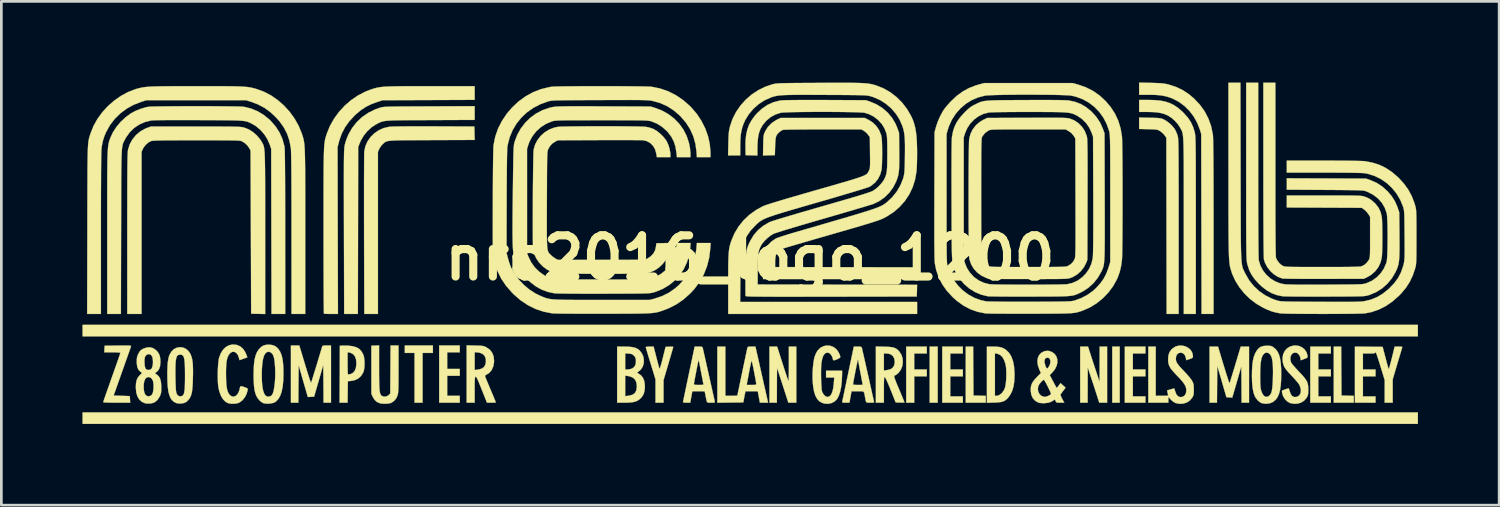
<source format=kicad_pcb>
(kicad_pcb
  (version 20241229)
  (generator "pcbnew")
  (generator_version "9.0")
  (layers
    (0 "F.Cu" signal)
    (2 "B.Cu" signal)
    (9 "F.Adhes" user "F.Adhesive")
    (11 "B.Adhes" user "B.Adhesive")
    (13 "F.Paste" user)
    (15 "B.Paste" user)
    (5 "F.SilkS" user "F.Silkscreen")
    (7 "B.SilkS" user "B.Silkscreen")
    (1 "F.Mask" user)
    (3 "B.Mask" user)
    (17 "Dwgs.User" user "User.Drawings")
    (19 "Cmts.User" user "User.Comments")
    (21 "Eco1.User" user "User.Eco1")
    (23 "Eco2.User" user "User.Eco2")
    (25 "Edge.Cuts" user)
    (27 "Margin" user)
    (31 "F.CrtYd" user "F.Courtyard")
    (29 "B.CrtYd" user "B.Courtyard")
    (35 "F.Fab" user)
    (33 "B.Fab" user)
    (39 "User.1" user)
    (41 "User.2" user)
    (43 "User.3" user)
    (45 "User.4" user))
  (footprint "nrc2016_logo_1200"
    (layer "F.Cu")
    (at 24.685 6.487)
    (property "Reference" "nrc2016_logo_1200" (at 0 0 0) (layer "F.SilkS") (effects (font (size 1.524 1.524) (thickness 0.3))))
    (attr through_hole)
    (fp_poly (pts (xy 6.943 5.355) (xy 6.646 5.355) (xy 6.646 3.281) (xy 6.943 3.281) (xy 6.943 5.355)) (stroke (width 0.01) (type solid)) (fill yes) (layer "F.SilkS"))
    (fp_poly (pts (xy 13.674 5.355) (xy 13.399 5.355) (xy 13.399 3.281) (xy 13.674 3.281) (xy 13.674 5.355)) (stroke (width 0.01) (type solid)) (fill yes) (layer "F.SilkS"))
    (fp_poly (pts (xy 24.701 2.9) (xy -24.68 2.9) (xy -24.68 2.477) (xy 24.701 2.477) (xy 24.701 2.9)) (stroke (width 0.01) (type solid)) (fill yes) (layer "F.SilkS"))
    (fp_poly (pts (xy 24.701 6.138) (xy -24.68 6.138) (xy -24.68 5.715) (xy 24.701 5.715) (xy 24.701 6.138)) (stroke (width 0.01) (type solid)) (fill yes) (layer "F.SilkS"))
    (fp_poly (pts (xy 8.266 5.091) (xy 8.493 5.097) (xy 8.721 5.103) (xy 8.721 5.355) (xy 7.98 5.355) (xy 7.98 3.281) (xy 8.255 3.281) (xy 8.266 5.091)) (stroke (width 0.01) (type solid)) (fill yes) (layer "F.SilkS"))
    (fp_poly (pts (xy 21.876 5.091) (xy 22.103 5.097) (xy 22.331 5.103) (xy 22.331 5.355) (xy 21.59 5.355) (xy 21.59 3.281) (xy 21.865 3.281) (xy 21.876 5.091)) (stroke (width 0.01) (type solid)) (fill yes) (layer "F.SilkS"))
    (fp_poly (pts (xy -11.726 3.514) (xy -12.107 3.514) (xy -12.107 5.355) (xy -12.404 5.355) (xy -12.404 3.514) (xy -12.764 3.514) (xy -12.764 3.239) (xy -11.726 3.239) (xy -11.726 3.514)) (stroke (width 0.01) (type solid)) (fill yes) (layer "F.SilkS"))
    (fp_poly (pts (xy 6.54 3.535) (xy 6.075 3.535) (xy 6.075 4.128) (xy 6.54 4.128) (xy 6.54 4.381) (xy 6.075 4.381) (xy 6.075 5.355) (xy 5.779 5.355) (xy 5.779 3.281) (xy 6.54 3.281) (xy 6.54 3.535)) (stroke (width 0.01) (type solid)) (fill yes) (layer "F.SilkS"))
    (fp_poly (pts (xy -10.732 3.493) (xy -11.197 3.493) (xy -11.197 4.106) (xy -10.732 4.106) (xy -10.732 4.36) (xy -11.197 4.36) (xy -11.197 5.101) (xy -10.732 5.101) (xy -10.732 5.355) (xy -11.493 5.355) (xy -11.493 3.239) (xy -10.732 3.239) (xy -10.732 3.493)) (stroke (width 0.01) (type solid)) (fill yes) (layer "F.SilkS"))
    (fp_poly (pts (xy 7.874 3.535) (xy 7.408 3.535) (xy 7.408 4.128) (xy 7.874 4.128) (xy 7.874 4.381) (xy 7.408 4.381) (xy 7.408 5.122) (xy 7.874 5.122) (xy 7.874 5.355) (xy 7.112 5.355) (xy 7.112 3.281) (xy 7.874 3.281) (xy 7.874 3.535)) (stroke (width 0.01) (type solid)) (fill yes) (layer "F.SilkS"))
    (fp_poly (pts (xy 14.626 3.535) (xy 14.161 3.535) (xy 14.161 4.128) (xy 14.626 4.128) (xy 14.626 4.381) (xy 14.161 4.381) (xy 14.161 5.122) (xy 14.626 5.122) (xy 14.626 5.355) (xy 13.864 5.355) (xy 13.864 3.281) (xy 14.626 3.281) (xy 14.626 3.535)) (stroke (width 0.01) (type solid)) (fill yes) (layer "F.SilkS"))
    (fp_poly (pts (xy 21.484 3.535) (xy 21.018 3.535) (xy 21.018 4.128) (xy 21.484 4.128) (xy 21.484 4.381) (xy 21.018 4.381) (xy 21.018 5.122) (xy 21.484 5.122) (xy 21.484 5.355) (xy 20.722 5.355) (xy 20.722 3.281) (xy 21.484 3.281) (xy 21.484 3.535)) (stroke (width 0.01) (type solid)) (fill yes) (layer "F.SilkS"))
    (fp_poly (pts (xy 12.617 3.635) (xy 12.664 3.781) (xy 12.716 3.941) (xy 12.768 4.099) (xy 12.815 4.239) (xy 12.83 4.286) (xy 12.929 4.583) (xy 12.931 3.932) (xy 12.933 3.281) (xy 13.208 3.281) (xy 13.208 5.355) (xy 12.918 5.355) (xy 12.815 5.032) (xy 12.768 4.887) (xy 12.714 4.721) (xy 12.658 4.553) (xy 12.608 4.402) (xy 12.602 4.381) (xy 12.492 4.053) (xy 12.488 5.355) (xy 12.213 5.355) (xy 12.213 3.281) (xy 12.503 3.281) (xy 12.617 3.635)) (stroke (width 0.01) (type solid)) (fill yes) (layer "F.SilkS"))
    (fp_poly (pts (xy 17.341 3.381) (xy 17.423 3.657) (xy 17.497 3.902) (xy 17.562 4.113) (xy 17.617 4.291) (xy 17.662 4.433) (xy 17.697 4.539) (xy 17.722 4.606) (xy 17.735 4.635) (xy 17.737 4.636) (xy 17.746 4.611) (xy 17.766 4.551) (xy 17.794 4.46) (xy 17.83 4.344) (xy 17.872 4.206) (xy 17.919 4.053) (xy 17.95 3.948) (xy 18.15 3.281) (xy 18.304 3.281) (xy 18.457 3.281) (xy 18.457 5.355) (xy 18.183 5.355) (xy 18.172 4.013) (xy 18.08 4.33) (xy 18.04 4.468) (xy 17.997 4.619) (xy 17.954 4.766) (xy 17.917 4.891) (xy 17.913 4.906) (xy 17.837 5.167) (xy 17.729 5.16) (xy 17.621 5.154) (xy 17.452 4.572) (xy 17.283 3.99) (xy 17.271 5.355) (xy 16.997 5.355) (xy 16.997 3.281) (xy 17.311 3.281) (xy 17.341 3.381)) (stroke (width 0.01) (type solid)) (fill yes) (layer "F.SilkS"))
    (fp_poly (pts (xy -16.456 3.936) (xy -16.406 4.099) (xy -16.36 4.248) (xy -16.319 4.377) (xy -16.284 4.484) (xy -16.257 4.562) (xy -16.239 4.608) (xy -16.232 4.619) (xy -16.223 4.596) (xy -16.204 4.539) (xy -16.176 4.451) (xy -16.141 4.338) (xy -16.1 4.206) (xy -16.055 4.059) (xy -16.007 3.903) (xy -15.959 3.743) (xy -15.911 3.584) (xy -15.866 3.432) (xy -15.824 3.292) (xy -15.819 3.276) (xy -15.807 3.256) (xy -15.778 3.245) (xy -15.724 3.24) (xy -15.651 3.239) (xy -15.494 3.239) (xy -15.494 5.355) (xy -15.769 5.355) (xy -15.78 3.958) (xy -15.949 4.546) (xy -16.119 5.133) (xy -16.235 5.139) (xy -16.351 5.145) (xy -16.521 4.557) (xy -16.69 3.969) (xy -16.695 4.662) (xy -16.701 5.355) (xy -16.976 5.355) (xy -16.976 3.239) (xy -16.666 3.239) (xy -16.456 3.936)) (stroke (width 0.01) (type solid)) (fill yes) (layer "F.SilkS"))
    (fp_poly (pts (xy 1.714 5.355) (xy 1.42 5.355) (xy 1.217 4.725) (xy 1.166 4.57) (xy 1.12 4.426) (xy 1.079 4.301) (xy 1.046 4.198) (xy 1.022 4.123) (xy 1.008 4.082) (xy 1.006 4.075) (xy 1.004 4.09) (xy 1.002 4.142) (xy 1 4.227) (xy 0.999 4.339) (xy 0.998 4.475) (xy 0.997 4.628) (xy 0.997 4.704) (xy 0.995 5.355) (xy 0.72 5.355) (xy 0.72 3.281) (xy 0.863 3.281) (xy 1.005 3.281) (xy 1.205 3.905) (xy 1.255 4.061) (xy 1.302 4.204) (xy 1.343 4.33) (xy 1.378 4.433) (xy 1.404 4.508) (xy 1.419 4.55) (xy 1.422 4.556) (xy 1.426 4.543) (xy 1.43 4.491) (xy 1.433 4.408) (xy 1.436 4.296) (xy 1.438 4.161) (xy 1.439 4.009) (xy 1.439 3.932) (xy 1.439 3.281) (xy 1.714 3.281) (xy 1.714 5.355)) (stroke (width 0.01) (type solid)) (fill yes) (layer "F.SilkS"))
    (fp_poly (pts (xy -3.461 3.678) (xy -3.428 3.803) (xy -3.399 3.914) (xy -3.374 4.006) (xy -3.355 4.071) (xy -3.345 4.103) (xy -3.344 4.103) (xy -3.335 4.093) (xy -3.318 4.046) (xy -3.294 3.97) (xy -3.265 3.869) (xy -3.234 3.748) (xy -3.225 3.712) (xy -3.12 3.291) (xy -2.978 3.285) (xy -2.907 3.284) (xy -2.856 3.287) (xy -2.836 3.293) (xy -2.836 3.293) (xy -2.842 3.316) (xy -2.858 3.374) (xy -2.884 3.463) (xy -2.917 3.577) (xy -2.956 3.711) (xy -3 3.861) (xy -3.016 3.915) (xy -3.196 4.523) (xy -3.196 5.355) (xy -3.493 5.355) (xy -3.493 4.491) (xy -3.672 3.908) (xy -3.719 3.758) (xy -3.76 3.621) (xy -3.796 3.501) (xy -3.824 3.406) (xy -3.844 3.338) (xy -3.852 3.305) (xy -3.852 3.303) (xy -3.832 3.291) (xy -3.778 3.283) (xy -3.707 3.281) (xy -3.563 3.281) (xy -3.461 3.678)) (stroke (width 0.01) (type solid)) (fill yes) (layer "F.SilkS"))
    (fp_poly (pts (xy -13.716 4.041) (xy -13.716 4.274) (xy -13.714 4.469) (xy -13.711 4.629) (xy -13.707 4.758) (xy -13.7 4.86) (xy -13.691 4.938) (xy -13.68 4.997) (xy -13.665 5.04) (xy -13.648 5.072) (xy -13.628 5.093) (xy -13.562 5.128) (xy -13.482 5.131) (xy -13.404 5.105) (xy -13.361 5.074) (xy -13.303 5.016) (xy -13.291 3.239) (xy -12.996 3.239) (xy -12.996 4.102) (xy -12.997 4.324) (xy -12.997 4.507) (xy -12.999 4.656) (xy -13.001 4.776) (xy -13.004 4.87) (xy -13.008 4.943) (xy -13.014 5) (xy -13.021 5.043) (xy -13.03 5.078) (xy -13.03 5.081) (xy -13.081 5.193) (xy -13.158 5.287) (xy -13.251 5.353) (xy -13.304 5.374) (xy -13.404 5.391) (xy -13.522 5.394) (xy -13.636 5.385) (xy -13.694 5.373) (xy -13.801 5.325) (xy -13.884 5.249) (xy -13.946 5.145) (xy -14.001 5.027) (xy -14.002 3.249) (xy -13.716 3.237) (xy -13.716 4.041)) (stroke (width 0.01) (type solid)) (fill yes) (layer "F.SilkS"))
    (fp_poly (pts (xy -14.878 3.244) (xy -14.739 3.26) (xy -14.615 3.287) (xy -14.523 3.322) (xy -14.433 3.381) (xy -14.364 3.46) (xy -14.304 3.567) (xy -14.275 3.661) (xy -14.258 3.781) (xy -14.252 3.913) (xy -14.258 4.044) (xy -14.276 4.159) (xy -14.3 4.234) (xy -14.381 4.365) (xy -14.487 4.462) (xy -14.617 4.524) (xy -14.743 4.549) (xy -14.87 4.561) (xy -14.881 5.355) (xy -15.177 5.355) (xy -15.171 4.302) (xy -15.169 3.888) (xy -14.88 3.888) (xy -14.879 4.015) (xy -14.878 4.126) (xy -14.875 4.216) (xy -14.871 4.277) (xy -14.867 4.303) (xy -14.866 4.304) (xy -14.834 4.31) (xy -14.78 4.299) (xy -14.72 4.274) (xy -14.69 4.256) (xy -14.62 4.183) (xy -14.575 4.077) (xy -14.556 3.938) (xy -14.555 3.893) (xy -14.569 3.75) (xy -14.61 3.638) (xy -14.679 3.558) (xy -14.776 3.509) (xy -14.811 3.501) (xy -14.88 3.487) (xy -14.88 3.888) (xy -15.169 3.888) (xy -15.166 3.249) (xy -15.018 3.243) (xy -14.878 3.244)) (stroke (width 0.01) (type solid)) (fill yes) (layer "F.SilkS"))
    (fp_poly (pts (xy 9.121 3.284) (xy 9.233 3.297) (xy 9.325 3.321) (xy 9.404 3.358) (xy 9.472 3.404) (xy 9.58 3.509) (xy 9.664 3.643) (xy 9.726 3.807) (xy 9.765 4.005) (xy 9.784 4.238) (xy 9.785 4.329) (xy 9.776 4.559) (xy 9.747 4.757) (xy 9.696 4.926) (xy 9.622 5.071) (xy 9.543 5.176) (xy 9.48 5.239) (xy 9.416 5.285) (xy 9.341 5.317) (xy 9.246 5.337) (xy 9.123 5.348) (xy 9.033 5.351) (xy 8.763 5.359) (xy 8.763 5.101) (xy 9.059 5.101) (xy 9.114 5.101) (xy 9.176 5.092) (xy 9.214 5.077) (xy 9.313 5.003) (xy 9.392 4.895) (xy 9.423 4.827) (xy 9.447 4.74) (xy 9.465 4.621) (xy 9.477 4.483) (xy 9.482 4.336) (xy 9.481 4.191) (xy 9.472 4.059) (xy 9.456 3.952) (xy 9.452 3.936) (xy 9.401 3.782) (xy 9.335 3.666) (xy 9.253 3.588) (xy 9.154 3.545) (xy 9.132 3.541) (xy 9.059 3.529) (xy 9.059 5.101) (xy 8.763 5.101) (xy 8.763 3.281) (xy 8.976 3.281) (xy 9.121 3.284)) (stroke (width 0.01) (type solid)) (fill yes) (layer "F.SilkS"))
    (fp_poly (pts (xy 14.843 -6.472) (xy 15.002 -6.467) (xy 15.126 -6.462) (xy 15.225 -6.456) (xy 15.306 -6.447) (xy 15.378 -6.435) (xy 15.45 -6.419) (xy 15.494 -6.408) (xy 15.758 -6.322) (xy 15.999 -6.207) (xy 16.225 -6.059) (xy 16.422 -5.894) (xy 16.636 -5.668) (xy 16.813 -5.423) (xy 16.952 -5.158) (xy 17.054 -4.876) (xy 17.116 -4.579) (xy 17.122 -4.54) (xy 17.125 -4.492) (xy 17.128 -4.41) (xy 17.131 -4.291) (xy 17.134 -4.137) (xy 17.136 -3.946) (xy 17.139 -3.718) (xy 17.14 -3.452) (xy 17.142 -3.147) (xy 17.143 -2.803) (xy 17.144 -2.419) (xy 17.144 -1.994) (xy 17.145 -1.528) (xy 17.145 -1.138) (xy 17.145 2.074) (xy 16.702 2.074) (xy 16.695 -1.254) (xy 16.689 -4.583) (xy 16.642 -4.737) (xy 16.543 -4.991) (xy 16.413 -5.225) (xy 16.253 -5.436) (xy 16.068 -5.619) (xy 15.862 -5.771) (xy 15.637 -5.889) (xy 15.518 -5.934) (xy 15.398 -5.97) (xy 15.281 -5.996) (xy 15.158 -6.014) (xy 15.017 -6.026) (xy 14.85 -6.031) (xy 14.727 -6.032) (xy 14.393 -6.032) (xy 14.393 -6.482) (xy 14.843 -6.472)) (stroke (width 0.01) (type solid)) (fill yes) (layer "F.SilkS"))
    (fp_poly (pts (xy -23.008 3.242) (xy -22.949 3.244) (xy -22.913 3.249) (xy -22.894 3.255) (xy -22.888 3.265) (xy -22.89 3.275) (xy -22.9 3.302) (xy -22.922 3.365) (xy -22.955 3.46) (xy -22.998 3.581) (xy -23.049 3.726) (xy -23.107 3.889) (xy -23.17 4.067) (xy -23.218 4.202) (xy -23.533 5.091) (xy -23.233 5.101) (xy -22.934 5.112) (xy -22.928 5.233) (xy -22.921 5.355) (xy -23.42 5.355) (xy -23.56 5.354) (xy -23.685 5.352) (xy -23.789 5.349) (xy -23.866 5.345) (xy -23.91 5.34) (xy -23.918 5.336) (xy -23.911 5.313) (xy -23.892 5.254) (xy -23.861 5.164) (xy -23.82 5.045) (xy -23.77 4.904) (xy -23.713 4.743) (xy -23.651 4.566) (xy -23.601 4.425) (xy -23.535 4.24) (xy -23.474 4.067) (xy -23.419 3.91) (xy -23.371 3.774) (xy -23.332 3.661) (xy -23.304 3.578) (xy -23.287 3.527) (xy -23.283 3.513) (xy -23.303 3.505) (xy -23.36 3.499) (xy -23.446 3.494) (xy -23.557 3.493) (xy -23.581 3.493) (xy -23.878 3.493) (xy -23.872 3.371) (xy -23.865 3.249) (xy -23.372 3.243) (xy -23.215 3.242) (xy -23.095 3.241) (xy -23.008 3.242)) (stroke (width 0.01) (type solid)) (fill yes) (layer "F.SilkS"))
    (fp_poly (pts (xy 14.79 -5.182) (xy 14.931 -5.178) (xy 15.037 -5.175) (xy 15.115 -5.17) (xy 15.174 -5.162) (xy 15.221 -5.152) (xy 15.263 -5.137) (xy 15.308 -5.118) (xy 15.309 -5.117) (xy 15.416 -5.054) (xy 15.528 -4.967) (xy 15.63 -4.866) (xy 15.709 -4.766) (xy 15.721 -4.746) (xy 15.757 -4.673) (xy 15.794 -4.584) (xy 15.814 -4.527) (xy 15.819 -4.509) (xy 15.824 -4.488) (xy 15.828 -4.463) (xy 15.832 -4.432) (xy 15.836 -4.393) (xy 15.839 -4.343) (xy 15.842 -4.281) (xy 15.844 -4.204) (xy 15.846 -4.111) (xy 15.848 -3.999) (xy 15.849 -3.867) (xy 15.85 -3.712) (xy 15.851 -3.532) (xy 15.852 -3.325) (xy 15.853 -3.089) (xy 15.853 -2.823) (xy 15.854 -2.523) (xy 15.854 -2.189) (xy 15.854 -1.817) (xy 15.854 -1.406) (xy 15.854 -1.162) (xy 15.854 2.074) (xy 15.41 2.074) (xy 15.404 -1.184) (xy 15.399 -4.441) (xy 15.335 -4.533) (xy 15.277 -4.599) (xy 15.204 -4.663) (xy 15.168 -4.687) (xy 15.128 -4.711) (xy 15.092 -4.728) (xy 15.052 -4.74) (xy 15 -4.748) (xy 14.928 -4.753) (xy 14.828 -4.756) (xy 14.73 -4.759) (xy 14.393 -4.768) (xy 14.393 -5.19) (xy 14.79 -5.182)) (stroke (width 0.01) (type solid)) (fill yes) (layer "F.SilkS"))
    (fp_poly (pts (xy 23.398 3.291) (xy 23.505 3.697) (xy 23.538 3.822) (xy 23.568 3.933) (xy 23.593 4.022) (xy 23.612 4.085) (xy 23.622 4.113) (xy 23.623 4.115) (xy 23.631 4.098) (xy 23.648 4.047) (xy 23.671 3.966) (xy 23.698 3.862) (xy 23.73 3.74) (xy 23.739 3.703) (xy 23.843 3.281) (xy 23.988 3.281) (xy 24.064 3.282) (xy 24.106 3.286) (xy 24.122 3.296) (xy 24.121 3.317) (xy 24.117 3.328) (xy 24.108 3.361) (xy 24.087 3.428) (xy 24.059 3.524) (xy 24.023 3.644) (xy 23.982 3.781) (xy 23.938 3.929) (xy 23.936 3.936) (xy 23.77 4.496) (xy 23.77 5.355) (xy 23.474 5.355) (xy 23.474 4.937) (xy 23.474 4.519) (xy 23.311 3.984) (xy 23.258 3.813) (xy 23.215 3.68) (xy 23.182 3.584) (xy 23.158 3.522) (xy 23.141 3.491) (xy 23.132 3.491) (xy 23.131 3.492) (xy 23.121 3.511) (xy 23.101 3.524) (xy 23.064 3.531) (xy 23.002 3.534) (xy 22.907 3.535) (xy 22.892 3.535) (xy 22.669 3.535) (xy 22.669 4.128) (xy 23.135 4.128) (xy 23.135 4.381) (xy 22.669 4.381) (xy 22.669 5.122) (xy 23.135 5.122) (xy 23.135 5.355) (xy 22.373 5.355) (xy 22.373 3.28) (xy 23.398 3.291)) (stroke (width 0.01) (type solid)) (fill yes) (layer "F.SilkS"))
    (fp_poly (pts (xy -11.806 -4.864) (xy -11.684 -4.864) (xy -10.192 -4.858) (xy -10.186 -4.61) (xy -10.18 -4.362) (xy -11.763 -4.356) (xy -12.066 -4.355) (xy -12.33 -4.354) (xy -12.558 -4.352) (xy -12.752 -4.351) (xy -12.916 -4.349) (xy -13.052 -4.346) (xy -13.164 -4.342) (xy -13.255 -4.336) (xy -13.328 -4.329) (xy -13.385 -4.321) (xy -13.429 -4.31) (xy -13.465 -4.296) (xy -13.493 -4.281) (xy -13.519 -4.262) (xy -13.544 -4.24) (xy -13.571 -4.216) (xy -13.578 -4.21) (xy -13.636 -4.146) (xy -13.69 -4.067) (xy -13.709 -4.032) (xy -13.758 -3.926) (xy -13.758 -0.926) (xy -13.758 2.074) (xy -14.262 2.074) (xy -14.271 -0.863) (xy -14.271 -1.214) (xy -14.272 -1.557) (xy -14.272 -1.886) (xy -14.272 -2.201) (xy -14.272 -2.497) (xy -14.272 -2.774) (xy -14.271 -3.028) (xy -14.27 -3.256) (xy -14.269 -3.457) (xy -14.268 -3.627) (xy -14.267 -3.764) (xy -14.265 -3.865) (xy -14.263 -3.929) (xy -14.262 -3.947) (xy -14.22 -4.136) (xy -14.141 -4.312) (xy -14.029 -4.471) (xy -13.89 -4.608) (xy -13.727 -4.72) (xy -13.546 -4.801) (xy -13.35 -4.847) (xy -13.346 -4.848) (xy -13.286 -4.852) (xy -13.185 -4.856) (xy -13.045 -4.86) (xy -12.868 -4.862) (xy -12.653 -4.864) (xy -12.404 -4.865) (xy -12.121 -4.865) (xy -11.806 -4.864)) (stroke (width 0.01) (type solid)) (fill yes) (layer "F.SilkS"))
    (fp_poly (pts (xy -10.165 3.242) (xy -10.043 3.246) (xy -9.954 3.25) (xy -9.889 3.256) (xy -9.841 3.267) (xy -9.798 3.282) (xy -9.754 3.304) (xy -9.738 3.313) (xy -9.617 3.4) (xy -9.532 3.511) (xy -9.48 3.645) (xy -9.464 3.803) (xy -9.466 3.868) (xy -9.495 4.022) (xy -9.555 4.152) (xy -9.644 4.255) (xy -9.752 4.324) (xy -9.789 4.347) (xy -9.8 4.365) (xy -9.792 4.389) (xy -9.77 4.446) (xy -9.736 4.531) (xy -9.691 4.638) (xy -9.639 4.763) (xy -9.599 4.858) (xy -9.543 4.99) (xy -9.493 5.109) (xy -9.452 5.209) (xy -9.421 5.286) (xy -9.402 5.332) (xy -9.398 5.344) (xy -9.417 5.349) (xy -9.469 5.353) (xy -9.543 5.355) (xy -9.562 5.355) (xy -9.726 5.355) (xy -9.918 4.873) (xy -9.988 4.697) (xy -10.045 4.561) (xy -10.089 4.463) (xy -10.123 4.405) (xy -10.147 4.387) (xy -10.163 4.407) (xy -10.173 4.467) (xy -10.179 4.566) (xy -10.181 4.704) (xy -10.181 4.867) (xy -10.181 5.355) (xy -10.477 5.355) (xy -10.477 4.148) (xy -10.181 4.148) (xy -10.081 4.135) (xy -10.003 4.12) (xy -9.931 4.099) (xy -9.913 4.091) (xy -9.838 4.039) (xy -9.79 3.961) (xy -9.766 3.852) (xy -9.765 3.845) (xy -9.771 3.724) (xy -9.812 3.626) (xy -9.886 3.553) (xy -9.99 3.509) (xy -10.064 3.497) (xy -10.181 3.487) (xy -10.181 4.148) (xy -10.477 4.148) (xy -10.477 3.234) (xy -10.165 3.242)) (stroke (width 0.01) (type solid)) (fill yes) (layer "F.SilkS"))
    (fp_poly (pts (xy 4.969 3.285) (xy 5.118 3.29) (xy 5.232 3.301) (xy 5.321 3.319) (xy 5.391 3.348) (xy 5.451 3.39) (xy 5.509 3.447) (xy 5.529 3.47) (xy 5.603 3.587) (xy 5.644 3.721) (xy 5.654 3.863) (xy 5.633 4.004) (xy 5.581 4.134) (xy 5.501 4.245) (xy 5.474 4.271) (xy 5.426 4.31) (xy 5.391 4.335) (xy 5.381 4.339) (xy 5.356 4.343) (xy 5.341 4.354) (xy 5.336 4.378) (xy 5.342 4.419) (xy 5.361 4.48) (xy 5.394 4.567) (xy 5.441 4.684) (xy 5.505 4.834) (xy 5.512 4.853) (xy 5.568 4.985) (xy 5.619 5.105) (xy 5.66 5.206) (xy 5.692 5.283) (xy 5.711 5.33) (xy 5.715 5.343) (xy 5.696 5.349) (xy 5.644 5.352) (xy 5.571 5.351) (xy 5.552 5.351) (xy 5.389 5.345) (xy 5.201 4.874) (xy 5.135 4.713) (xy 5.079 4.583) (xy 5.035 4.487) (xy 5.003 4.426) (xy 4.984 4.403) (xy 4.983 4.403) (xy 4.973 4.409) (xy 4.965 4.432) (xy 4.96 4.475) (xy 4.956 4.543) (xy 4.954 4.642) (xy 4.953 4.775) (xy 4.953 4.879) (xy 4.953 5.355) (xy 4.657 5.355) (xy 4.657 3.535) (xy 4.953 3.535) (xy 4.953 4.166) (xy 5.043 4.154) (xy 5.119 4.14) (xy 5.191 4.119) (xy 5.201 4.115) (xy 5.278 4.063) (xy 5.33 3.98) (xy 5.354 3.873) (xy 5.355 3.842) (xy 5.338 3.724) (xy 5.288 3.632) (xy 5.209 3.569) (xy 5.102 3.538) (xy 5.049 3.535) (xy 4.953 3.535) (xy 4.657 3.535) (xy 4.657 3.277) (xy 4.969 3.285)) (stroke (width 0.01) (type solid)) (fill yes) (layer "F.SilkS"))
    (fp_poly (pts (xy -18.996 3.215) (xy -18.986 3.217) (xy -18.86 3.268) (xy -18.755 3.353) (xy -18.67 3.475) (xy -18.616 3.599) (xy -18.588 3.679) (xy -18.877 3.782) (xy -18.9 3.692) (xy -18.941 3.587) (xy -18.998 3.514) (xy -19.065 3.476) (xy -19.137 3.474) (xy -19.208 3.508) (xy -19.271 3.581) (xy -19.289 3.613) (xy -19.32 3.684) (xy -19.343 3.765) (xy -19.36 3.861) (xy -19.37 3.98) (xy -19.376 4.128) (xy -19.377 4.307) (xy -19.373 4.517) (xy -19.363 4.689) (xy -19.344 4.827) (xy -19.317 4.935) (xy -19.279 5.016) (xy -19.231 5.076) (xy -19.171 5.118) (xy -19.167 5.12) (xy -19.096 5.134) (xy -19.026 5.11) (xy -18.963 5.054) (xy -18.911 4.971) (xy -18.875 4.864) (xy -18.868 4.828) (xy -18.857 4.778) (xy -18.839 4.751) (xy -18.806 4.746) (xy -18.748 4.761) (xy -18.681 4.785) (xy -18.616 4.81) (xy -18.583 4.831) (xy -18.572 4.855) (xy -18.576 4.893) (xy -18.577 4.896) (xy -18.618 5.036) (xy -18.685 5.162) (xy -18.771 5.267) (xy -18.871 5.343) (xy -18.941 5.373) (xy -19.037 5.391) (xy -19.148 5.395) (xy -19.252 5.385) (xy -19.29 5.376) (xy -19.393 5.323) (xy -19.484 5.232) (xy -19.561 5.107) (xy -19.621 4.949) (xy -19.656 4.805) (xy -19.669 4.702) (xy -19.678 4.57) (xy -19.682 4.419) (xy -19.682 4.259) (xy -19.677 4.099) (xy -19.668 3.95) (xy -19.655 3.82) (xy -19.639 3.719) (xy -19.633 3.694) (xy -19.571 3.53) (xy -19.487 3.397) (xy -19.385 3.297) (xy -19.267 3.232) (xy -19.136 3.204) (xy -18.996 3.215)) (stroke (width 0.01) (type solid)) (fill yes) (layer "F.SilkS"))
    (fp_poly (pts (xy -4.482 3.285) (xy -4.349 3.3) (xy -4.243 3.326) (xy -4.157 3.366) (xy -4.094 3.412) (xy -4.007 3.514) (xy -3.949 3.634) (xy -3.923 3.763) (xy -3.927 3.893) (xy -3.963 4.016) (xy -4.03 4.122) (xy -4.064 4.157) (xy -4.116 4.2) (xy -4.159 4.228) (xy -4.175 4.234) (xy -4.177 4.243) (xy -4.148 4.263) (xy -4.138 4.268) (xy -4.031 4.342) (xy -3.955 4.436) (xy -3.908 4.555) (xy -3.887 4.703) (xy -3.886 4.774) (xy -3.899 4.926) (xy -3.937 5.05) (xy -4.005 5.154) (xy -4.07 5.218) (xy -4.142 5.271) (xy -4.222 5.309) (xy -4.317 5.334) (xy -4.436 5.349) (xy -4.586 5.355) (xy -4.639 5.355) (xy -4.911 5.355) (xy -4.911 5.115) (xy -4.614 5.115) (xy -4.501 5.1) (xy -4.422 5.084) (xy -4.349 5.062) (xy -4.322 5.05) (xy -4.249 4.99) (xy -4.203 4.901) (xy -4.184 4.779) (xy -4.183 4.75) (xy -4.198 4.616) (xy -4.242 4.512) (xy -4.318 4.436) (xy -4.426 4.387) (xy -4.515 4.368) (xy -4.614 4.355) (xy -4.614 5.115) (xy -4.911 5.115) (xy -4.911 4.128) (xy -4.614 4.128) (xy -4.529 4.128) (xy -4.452 4.119) (xy -4.377 4.1) (xy -4.371 4.097) (xy -4.287 4.042) (xy -4.236 3.959) (xy -4.217 3.849) (xy -4.218 3.804) (xy -4.226 3.726) (xy -4.245 3.673) (xy -4.28 3.627) (xy -4.292 3.615) (xy -4.338 3.575) (xy -4.386 3.553) (xy -4.454 3.542) (xy -4.486 3.539) (xy -4.614 3.53) (xy -4.614 4.128) (xy -4.911 4.128) (xy -4.911 3.281) (xy -4.65 3.281) (xy -4.482 3.285)) (stroke (width 0.01) (type solid)) (fill yes) (layer "F.SilkS"))
    (fp_poly (pts (xy 14.716 -5.842) (xy 14.965 -5.835) (xy 15.18 -5.815) (xy 15.368 -5.778) (xy 15.535 -5.722) (xy 15.689 -5.644) (xy 15.836 -5.543) (xy 15.984 -5.415) (xy 16.034 -5.366) (xy 16.188 -5.195) (xy 16.305 -5.022) (xy 16.391 -4.836) (xy 16.446 -4.654) (xy 16.452 -4.63) (xy 16.457 -4.605) (xy 16.461 -4.577) (xy 16.466 -4.544) (xy 16.469 -4.504) (xy 16.473 -4.456) (xy 16.475 -4.396) (xy 16.478 -4.323) (xy 16.48 -4.235) (xy 16.482 -4.13) (xy 16.484 -4.005) (xy 16.485 -3.859) (xy 16.486 -3.689) (xy 16.487 -3.494) (xy 16.487 -3.271) (xy 16.488 -3.018) (xy 16.488 -2.733) (xy 16.488 -2.415) (xy 16.489 -2.061) (xy 16.489 -1.668) (xy 16.489 -1.236) (xy 16.489 -1.201) (xy 16.489 2.074) (xy 16.044 2.074) (xy 16.044 -1.192) (xy 16.044 -1.634) (xy 16.044 -2.035) (xy 16.044 -2.398) (xy 16.044 -2.725) (xy 16.044 -3.018) (xy 16.043 -3.278) (xy 16.043 -3.509) (xy 16.041 -3.712) (xy 16.039 -3.889) (xy 16.037 -4.042) (xy 16.034 -4.174) (xy 16.03 -4.285) (xy 16.025 -4.379) (xy 16.02 -4.458) (xy 16.013 -4.523) (xy 16.006 -4.576) (xy 15.997 -4.62) (xy 15.987 -4.657) (xy 15.976 -4.688) (xy 15.964 -4.716) (xy 15.95 -4.743) (xy 15.934 -4.771) (xy 15.917 -4.801) (xy 15.91 -4.815) (xy 15.826 -4.944) (xy 15.716 -5.069) (xy 15.59 -5.179) (xy 15.463 -5.261) (xy 15.45 -5.268) (xy 15.333 -5.318) (xy 15.209 -5.354) (xy 15.071 -5.379) (xy 14.91 -5.392) (xy 14.716 -5.397) (xy 14.706 -5.397) (xy 14.393 -5.397) (xy 14.393 -5.842) (xy 14.716 -5.842)) (stroke (width 0.01) (type solid)) (fill yes) (layer "F.SilkS"))
    (fp_poly (pts (xy -17.668 3.222) (xy -17.562 3.261) (xy -17.472 3.332) (xy -17.429 3.382) (xy -17.37 3.478) (xy -17.323 3.593) (xy -17.289 3.732) (xy -17.267 3.899) (xy -17.255 4.1) (xy -17.252 4.276) (xy -17.259 4.536) (xy -17.281 4.758) (xy -17.318 4.945) (xy -17.371 5.097) (xy -17.44 5.218) (xy -17.526 5.308) (xy -17.557 5.332) (xy -17.632 5.364) (xy -17.731 5.385) (xy -17.84 5.393) (xy -17.942 5.385) (xy -17.986 5.375) (xy -18.043 5.347) (xy -18.106 5.301) (xy -18.129 5.28) (xy -18.197 5.202) (xy -18.25 5.113) (xy -18.292 5.01) (xy -18.321 4.886) (xy -18.341 4.736) (xy -18.352 4.554) (xy -18.356 4.339) (xy -18.054 4.339) (xy -18.049 4.57) (xy -18.032 4.761) (xy -18.003 4.912) (xy -17.963 5.024) (xy -17.911 5.097) (xy -17.846 5.131) (xy -17.78 5.13) (xy -17.723 5.108) (xy -17.69 5.085) (xy -17.652 5.03) (xy -17.62 4.936) (xy -17.594 4.802) (xy -17.572 4.628) (xy -17.565 4.547) (xy -17.557 4.388) (xy -17.556 4.22) (xy -17.561 4.053) (xy -17.573 3.897) (xy -17.589 3.761) (xy -17.611 3.658) (xy -17.612 3.654) (xy -17.653 3.563) (xy -17.713 3.501) (xy -17.785 3.472) (xy -17.801 3.471) (xy -17.871 3.488) (xy -17.928 3.54) (xy -17.975 3.627) (xy -18.01 3.752) (xy -18.035 3.914) (xy -18.05 4.116) (xy -18.054 4.339) (xy -18.356 4.339) (xy -18.352 4.105) (xy -18.339 3.908) (xy -18.316 3.743) (xy -18.281 3.606) (xy -18.234 3.492) (xy -18.175 3.398) (xy -18.144 3.361) (xy -18.06 3.282) (xy -17.976 3.234) (xy -17.877 3.213) (xy -17.801 3.209) (xy -17.668 3.222)) (stroke (width 0.01) (type solid)) (fill yes) (layer "F.SilkS"))
    (fp_poly (pts (xy -10.181 -5.103) (xy -11.816 -5.096) (xy -12.125 -5.095) (xy -12.395 -5.094) (xy -12.629 -5.093) (xy -12.829 -5.091) (xy -13 -5.089) (xy -13.144 -5.086) (xy -13.264 -5.082) (xy -13.364 -5.076) (xy -13.447 -5.069) (xy -13.515 -5.06) (xy -13.572 -5.049) (xy -13.621 -5.035) (xy -13.665 -5.019) (xy -13.707 -5) (xy -13.751 -4.978) (xy -13.799 -4.953) (xy -13.832 -4.935) (xy -13.998 -4.827) (xy -14.151 -4.685) (xy -14.286 -4.518) (xy -14.393 -4.334) (xy -14.439 -4.227) (xy -14.489 -4.096) (xy -14.494 -1.011) (xy -14.5 2.074) (xy -15.007 2.074) (xy -15.012 0.037) (xy -15.014 -0.449) (xy -15.015 -0.895) (xy -15.016 -1.302) (xy -15.017 -1.672) (xy -15.017 -2.008) (xy -15.018 -2.31) (xy -15.018 -2.581) (xy -15.018 -2.823) (xy -15.018 -3.038) (xy -15.017 -3.226) (xy -15.017 -3.391) (xy -15.016 -3.534) (xy -15.014 -3.657) (xy -15.013 -3.761) (xy -15.011 -3.849) (xy -15.009 -3.923) (xy -15.006 -3.984) (xy -15.003 -4.034) (xy -15 -4.075) (xy -14.996 -4.109) (xy -14.992 -4.137) (xy -14.987 -4.163) (xy -14.982 -4.186) (xy -14.979 -4.202) (xy -14.951 -4.301) (xy -14.91 -4.417) (xy -14.864 -4.529) (xy -14.85 -4.561) (xy -14.712 -4.804) (xy -14.542 -5.021) (xy -14.343 -5.208) (xy -14.116 -5.364) (xy -13.863 -5.489) (xy -13.691 -5.55) (xy -13.662 -5.558) (xy -13.634 -5.566) (xy -13.604 -5.573) (xy -13.568 -5.578) (xy -13.524 -5.583) (xy -13.469 -5.587) (xy -13.399 -5.59) (xy -13.312 -5.593) (xy -13.204 -5.595) (xy -13.074 -5.597) (xy -12.917 -5.599) (xy -12.731 -5.6) (xy -12.512 -5.601) (xy -12.258 -5.602) (xy -11.966 -5.604) (xy -11.859 -5.604) (xy -10.181 -5.611) (xy -10.181 -5.103)) (stroke (width 0.01) (type solid)) (fill yes) (layer "F.SilkS"))
    (fp_poly (pts (xy -0.91 5.101) (xy -0.688 5.101) (xy -0.597 5.1) (xy -0.524 5.098) (xy -0.477 5.095) (xy -0.466 5.092) (xy -0.461 5.07) (xy -0.45 5.013) (xy -0.431 4.924) (xy -0.407 4.809) (xy -0.384 4.699) (xy -0.122 4.699) (xy 0.055 4.699) (xy 0.144 4.698) (xy 0.197 4.693) (xy 0.224 4.684) (xy 0.233 4.668) (xy 0.233 4.665) (xy 0.229 4.629) (xy 0.218 4.562) (xy 0.202 4.471) (xy 0.182 4.364) (xy 0.16 4.248) (xy 0.137 4.132) (xy 0.115 4.022) (xy 0.095 3.927) (xy 0.079 3.855) (xy 0.068 3.812) (xy 0.065 3.804) (xy 0.056 3.818) (xy 0.042 3.867) (xy 0.023 3.943) (xy 0.003 4.041) (xy -0.007 4.09) (xy -0.03 4.214) (xy -0.053 4.338) (xy -0.074 4.45) (xy -0.091 4.535) (xy -0.093 4.546) (xy -0.122 4.699) (xy -0.384 4.699) (xy -0.379 4.674) (xy -0.348 4.523) (xy -0.314 4.363) (xy -0.279 4.197) (xy -0.245 4.032) (xy -0.211 3.873) (xy -0.18 3.724) (xy -0.152 3.591) (xy -0.128 3.48) (xy -0.11 3.395) (xy -0.098 3.342) (xy -0.095 3.328) (xy -0.085 3.303) (xy -0.065 3.289) (xy -0.023 3.282) (xy 0.051 3.281) (xy 0.06 3.281) (xy 0.203 3.281) (xy 0.314 3.773) (xy 0.352 3.943) (xy 0.397 4.141) (xy 0.444 4.351) (xy 0.491 4.559) (xy 0.534 4.751) (xy 0.548 4.81) (xy 0.671 5.355) (xy 0.367 5.355) (xy 0.328 5.144) (xy 0.289 4.932) (xy -0.166 4.932) (xy -0.189 5.043) (xy -0.207 5.13) (xy -0.223 5.219) (xy -0.228 5.249) (xy -0.245 5.345) (xy -0.726 5.35) (xy -1.206 5.356) (xy -1.206 3.281) (xy -0.91 3.281) (xy -0.91 5.101)) (stroke (width 0.01) (type solid)) (fill yes) (layer "F.SilkS"))
    (fp_poly (pts (xy 2.965 3.249) (xy 3.086 3.294) (xy 3.174 3.357) (xy 3.225 3.414) (xy 3.274 3.488) (xy 3.313 3.565) (xy 3.337 3.634) (xy 3.34 3.676) (xy 3.319 3.699) (xy 3.27 3.728) (xy 3.208 3.757) (xy 3.146 3.779) (xy 3.098 3.789) (xy 3.096 3.789) (xy 3.073 3.772) (xy 3.069 3.753) (xy 3.06 3.713) (xy 3.038 3.654) (xy 3.026 3.628) (xy 2.972 3.548) (xy 2.908 3.508) (xy 2.835 3.507) (xy 2.799 3.522) (xy 2.745 3.566) (xy 2.702 3.642) (xy 2.668 3.752) (xy 2.644 3.877) (xy 2.636 3.954) (xy 2.631 4.061) (xy 2.629 4.188) (xy 2.629 4.327) (xy 2.631 4.47) (xy 2.636 4.609) (xy 2.642 4.735) (xy 2.65 4.84) (xy 2.66 4.915) (xy 2.666 4.941) (xy 2.705 5.022) (xy 2.76 5.089) (xy 2.822 5.133) (xy 2.867 5.144) (xy 2.938 5.123) (xy 2.997 5.063) (xy 3.044 4.962) (xy 3.079 4.822) (xy 3.101 4.643) (xy 3.102 4.626) (xy 3.117 4.424) (xy 2.815 4.424) (xy 2.815 4.17) (xy 3.408 4.17) (xy 3.407 4.313) (xy 3.398 4.548) (xy 3.375 4.761) (xy 3.336 4.947) (xy 3.285 5.101) (xy 3.221 5.219) (xy 3.218 5.224) (xy 3.131 5.31) (xy 3.02 5.368) (xy 2.896 5.396) (xy 2.768 5.391) (xy 2.656 5.357) (xy 2.559 5.296) (xy 2.48 5.207) (xy 2.417 5.089) (xy 2.37 4.938) (xy 2.337 4.752) (xy 2.318 4.551) (xy 2.314 4.397) (xy 2.317 4.23) (xy 2.328 4.06) (xy 2.345 3.9) (xy 2.367 3.76) (xy 2.392 3.656) (xy 2.426 3.567) (xy 2.469 3.479) (xy 2.504 3.425) (xy 2.6 3.329) (xy 2.714 3.267) (xy 2.838 3.24) (xy 2.965 3.249)) (stroke (width 0.01) (type solid)) (fill yes) (layer "F.SilkS"))
    (fp_poly (pts (xy 19.204 3.251) (xy 19.264 3.258) (xy 19.311 3.276) (xy 19.36 3.307) (xy 19.369 3.313) (xy 19.451 3.384) (xy 19.516 3.474) (xy 19.568 3.585) (xy 19.605 3.723) (xy 19.63 3.89) (xy 19.644 4.092) (xy 19.648 4.286) (xy 19.643 4.524) (xy 19.629 4.724) (xy 19.603 4.892) (xy 19.565 5.03) (xy 19.515 5.144) (xy 19.451 5.237) (xy 19.445 5.244) (xy 19.344 5.328) (xy 19.222 5.379) (xy 19.086 5.397) (xy 18.945 5.378) (xy 18.932 5.375) (xy 18.857 5.336) (xy 18.779 5.268) (xy 18.709 5.181) (xy 18.67 5.114) (xy 18.623 4.983) (xy 18.59 4.812) (xy 18.57 4.601) (xy 18.564 4.381) (xy 18.564 4.371) (xy 18.87 4.371) (xy 18.871 4.526) (xy 18.873 4.647) (xy 18.878 4.739) (xy 18.885 4.811) (xy 18.896 4.869) (xy 18.909 4.918) (xy 18.954 5.029) (xy 19.01 5.103) (xy 19.074 5.139) (xy 19.143 5.135) (xy 19.209 5.095) (xy 19.246 5.054) (xy 19.276 4.999) (xy 19.299 4.924) (xy 19.316 4.824) (xy 19.328 4.696) (xy 19.337 4.533) (xy 19.341 4.402) (xy 19.344 4.179) (xy 19.339 3.995) (xy 19.327 3.846) (xy 19.307 3.728) (xy 19.278 3.638) (xy 19.239 3.573) (xy 19.189 3.528) (xy 19.168 3.517) (xy 19.096 3.501) (xy 19.03 3.528) (xy 18.97 3.595) (xy 18.967 3.6) (xy 18.935 3.668) (xy 18.91 3.755) (xy 18.891 3.865) (xy 18.879 4.005) (xy 18.872 4.177) (xy 18.87 4.371) (xy 18.564 4.371) (xy 18.568 4.149) (xy 18.58 3.954) (xy 18.603 3.79) (xy 18.637 3.651) (xy 18.683 3.533) (xy 18.742 3.431) (xy 18.745 3.426) (xy 18.817 3.34) (xy 18.898 3.286) (xy 18.999 3.257) (xy 19.117 3.249) (xy 19.204 3.251)) (stroke (width 0.01) (type solid)) (fill yes) (layer "F.SilkS"))
    (fp_poly (pts (xy -10.181 -6.35) (xy -10.181 -5.844) (xy -11.88 -5.837) (xy -13.578 -5.831) (xy -13.764 -5.773) (xy -13.995 -5.689) (xy -14.199 -5.589) (xy -14.387 -5.465) (xy -14.572 -5.31) (xy -14.623 -5.261) (xy -14.82 -5.049) (xy -14.977 -4.827) (xy -15.1 -4.59) (xy -15.19 -4.333) (xy -15.203 -4.284) (xy -15.251 -4.096) (xy -15.244 -1.011) (xy -15.237 2.074) (xy -15.489 2.074) (xy -15.588 2.073) (xy -15.672 2.07) (xy -15.73 2.066) (xy -15.755 2.06) (xy -15.757 2.038) (xy -15.758 1.975) (xy -15.76 1.875) (xy -15.761 1.74) (xy -15.763 1.572) (xy -15.764 1.374) (xy -15.765 1.147) (xy -15.766 0.895) (xy -15.767 0.62) (xy -15.768 0.323) (xy -15.768 0.008) (xy -15.769 -0.323) (xy -15.769 -0.668) (xy -15.769 -0.995) (xy -15.769 -1.426) (xy -15.769 -1.818) (xy -15.769 -2.171) (xy -15.769 -2.489) (xy -15.768 -2.773) (xy -15.767 -3.026) (xy -15.766 -3.249) (xy -15.764 -3.446) (xy -15.762 -3.618) (xy -15.759 -3.767) (xy -15.755 -3.896) (xy -15.751 -4.006) (xy -15.746 -4.101) (xy -15.74 -4.181) (xy -15.732 -4.251) (xy -15.724 -4.31) (xy -15.715 -4.363) (xy -15.704 -4.41) (xy -15.693 -4.454) (xy -15.679 -4.498) (xy -15.665 -4.544) (xy -15.649 -4.592) (xy -15.535 -4.874) (xy -15.384 -5.143) (xy -15.2 -5.396) (xy -14.988 -5.627) (xy -14.751 -5.832) (xy -14.494 -6.008) (xy -14.22 -6.15) (xy -14.011 -6.23) (xy -13.945 -6.251) (xy -13.884 -6.27) (xy -13.823 -6.286) (xy -13.76 -6.299) (xy -13.692 -6.311) (xy -13.616 -6.321) (xy -13.527 -6.329) (xy -13.424 -6.335) (xy -13.302 -6.34) (xy -13.159 -6.344) (xy -12.992 -6.346) (xy -12.797 -6.348) (xy -12.571 -6.349) (xy -12.311 -6.35) (xy -12.013 -6.35) (xy -11.818 -6.35) (xy -10.181 -6.35)) (stroke (width 0.01) (type solid)) (fill yes) (layer "F.SilkS"))
    (fp_poly (pts (xy -20.972 3.315) (xy -20.865 3.359) (xy -20.771 3.437) (xy -20.696 3.546) (xy -20.683 3.575) (xy -20.653 3.656) (xy -20.63 3.743) (xy -20.613 3.843) (xy -20.603 3.962) (xy -20.598 4.107) (xy -20.598 4.284) (xy -20.601 4.419) (xy -20.606 4.611) (xy -20.615 4.766) (xy -20.627 4.891) (xy -20.643 4.992) (xy -20.666 5.074) (xy -20.695 5.144) (xy -20.732 5.207) (xy -20.739 5.217) (xy -20.789 5.277) (xy -20.846 5.327) (xy -20.863 5.339) (xy -20.958 5.375) (xy -21.07 5.389) (xy -21.179 5.379) (xy -21.216 5.368) (xy -21.303 5.324) (xy -21.375 5.261) (xy -21.432 5.176) (xy -21.477 5.065) (xy -21.51 4.925) (xy -21.532 4.753) (xy -21.544 4.545) (xy -21.547 4.339) (xy -21.546 4.191) (xy -21.249 4.191) (xy -21.247 4.403) (xy -21.247 4.408) (xy -21.244 4.586) (xy -21.239 4.727) (xy -21.234 4.836) (xy -21.226 4.918) (xy -21.215 4.978) (xy -21.201 5.023) (xy -21.183 5.057) (xy -21.159 5.085) (xy -21.156 5.087) (xy -21.101 5.117) (xy -21.035 5.118) (xy -20.978 5.093) (xy -20.97 5.085) (xy -20.947 5.051) (xy -20.929 5.002) (xy -20.915 4.934) (xy -20.904 4.843) (xy -20.898 4.723) (xy -20.894 4.571) (xy -20.893 4.382) (xy -20.893 4.35) (xy -20.894 4.146) (xy -20.898 3.98) (xy -20.906 3.849) (xy -20.918 3.749) (xy -20.936 3.676) (xy -20.961 3.626) (xy -20.992 3.595) (xy -21.032 3.58) (xy -21.071 3.577) (xy -21.12 3.583) (xy -21.159 3.601) (xy -21.19 3.636) (xy -21.213 3.692) (xy -21.23 3.772) (xy -21.241 3.879) (xy -21.247 4.018) (xy -21.249 4.191) (xy -21.546 4.191) (xy -21.545 4.141) (xy -21.539 3.979) (xy -21.528 3.847) (xy -21.51 3.738) (xy -21.487 3.646) (xy -21.461 3.576) (xy -21.391 3.459) (xy -21.3 3.374) (xy -21.196 3.322) (xy -21.084 3.302) (xy -20.972 3.315)) (stroke (width 0.01) (type solid)) (fill yes) (layer "F.SilkS"))
    (fp_poly (pts (xy 4.061 3.283) (xy 4.107 3.29) (xy 4.13 3.305) (xy 4.136 3.318) (xy 4.143 3.346) (xy 4.158 3.41) (xy 4.18 3.508) (xy 4.209 3.634) (xy 4.243 3.784) (xy 4.281 3.954) (xy 4.323 4.139) (xy 4.361 4.307) (xy 4.405 4.503) (xy 4.446 4.688) (xy 4.484 4.856) (xy 4.517 5.005) (xy 4.545 5.128) (xy 4.567 5.223) (xy 4.581 5.285) (xy 4.586 5.308) (xy 4.59 5.332) (xy 4.58 5.347) (xy 4.549 5.353) (xy 4.488 5.355) (xy 4.449 5.355) (xy 4.377 5.355) (xy 4.331 5.35) (xy 4.301 5.332) (xy 4.283 5.294) (xy 4.269 5.229) (xy 4.255 5.144) (xy 4.239 5.052) (xy 4.225 4.991) (xy 4.204 4.955) (xy 4.169 4.937) (xy 4.109 4.932) (xy 4.018 4.932) (xy 3.983 4.932) (xy 3.756 4.932) (xy 3.718 5.144) (xy 3.679 5.355) (xy 3.541 5.355) (xy 3.467 5.354) (xy 3.426 5.348) (xy 3.411 5.336) (xy 3.412 5.318) (xy 3.418 5.291) (xy 3.432 5.226) (xy 3.453 5.128) (xy 3.48 5.001) (xy 3.512 4.85) (xy 3.547 4.683) (xy 3.81 4.683) (xy 3.83 4.69) (xy 3.882 4.696) (xy 3.957 4.699) (xy 3.99 4.699) (xy 4.071 4.698) (xy 4.133 4.697) (xy 4.167 4.695) (xy 4.17 4.694) (xy 4.166 4.672) (xy 4.155 4.615) (xy 4.139 4.529) (xy 4.119 4.42) (xy 4.095 4.293) (xy 4.085 4.244) (xy 4.06 4.112) (xy 4.038 3.993) (xy 4.02 3.895) (xy 4.007 3.823) (xy 4.001 3.785) (xy 4 3.78) (xy 3.992 3.769) (xy 3.99 3.772) (xy 3.983 3.794) (xy 3.971 3.85) (xy 3.953 3.934) (xy 3.932 4.036) (xy 3.909 4.151) (xy 3.885 4.271) (xy 3.863 4.388) (xy 3.842 4.495) (xy 3.826 4.584) (xy 3.815 4.649) (xy 3.81 4.682) (xy 3.81 4.683) (xy 3.547 4.683) (xy 3.548 4.678) (xy 3.587 4.489) (xy 3.629 4.289) (xy 3.631 4.281) (xy 3.841 3.281) (xy 3.983 3.281) (xy 4.061 3.283)) (stroke (width 0.01) (type solid)) (fill yes) (layer "F.SilkS"))
    (fp_poly (pts (xy 20.304 3.257) (xy 20.42 3.309) (xy 20.515 3.389) (xy 20.584 3.492) (xy 20.619 3.61) (xy 20.62 3.62) (xy 20.622 3.659) (xy 20.613 3.685) (xy 20.584 3.705) (xy 20.527 3.728) (xy 20.495 3.74) (xy 20.362 3.788) (xy 20.362 3.73) (xy 20.347 3.658) (xy 20.307 3.586) (xy 20.254 3.53) (xy 20.223 3.513) (xy 20.145 3.501) (xy 20.078 3.525) (xy 20.026 3.577) (xy 19.994 3.65) (xy 19.984 3.739) (xy 20.002 3.836) (xy 20.012 3.864) (xy 20.037 3.904) (xy 20.086 3.967) (xy 20.154 4.046) (xy 20.234 4.135) (xy 20.294 4.199) (xy 20.409 4.319) (xy 20.495 4.418) (xy 20.558 4.502) (xy 20.602 4.577) (xy 20.628 4.652) (xy 20.643 4.733) (xy 20.648 4.826) (xy 20.648 4.87) (xy 20.647 4.967) (xy 20.642 5.035) (xy 20.631 5.085) (xy 20.611 5.132) (xy 20.584 5.177) (xy 20.5 5.276) (xy 20.39 5.348) (xy 20.262 5.389) (xy 20.124 5.397) (xy 19.984 5.37) (xy 19.971 5.366) (xy 19.87 5.309) (xy 19.783 5.221) (xy 19.717 5.11) (xy 19.695 5.048) (xy 19.679 4.981) (xy 19.673 4.931) (xy 19.678 4.911) (xy 19.706 4.897) (xy 19.759 4.875) (xy 19.823 4.853) (xy 19.88 4.835) (xy 19.917 4.826) (xy 19.919 4.826) (xy 19.932 4.845) (xy 19.95 4.892) (xy 19.958 4.923) (xy 19.999 5.037) (xy 20.054 5.111) (xy 20.125 5.146) (xy 20.211 5.142) (xy 20.236 5.135) (xy 20.309 5.092) (xy 20.356 5.021) (xy 20.375 4.929) (xy 20.365 4.822) (xy 20.325 4.708) (xy 20.319 4.697) (xy 20.289 4.652) (xy 20.236 4.585) (xy 20.165 4.502) (xy 20.083 4.412) (xy 20.038 4.364) (xy 19.933 4.252) (xy 19.854 4.162) (xy 19.797 4.086) (xy 19.757 4.017) (xy 19.729 3.948) (xy 19.71 3.872) (xy 19.705 3.849) (xy 19.695 3.699) (xy 19.72 3.563) (xy 19.777 3.444) (xy 19.863 3.348) (xy 19.973 3.28) (xy 20.105 3.243) (xy 20.174 3.239) (xy 20.304 3.257)) (stroke (width 0.01) (type solid)) (fill yes) (layer "F.SilkS"))
    (fp_poly (pts (xy -1.825 3.282) (xy -1.78 3.288) (xy -1.758 3.301) (xy -1.747 3.325) (xy -1.746 3.328) (xy -1.74 3.358) (xy -1.724 3.425) (xy -1.702 3.525) (xy -1.673 3.653) (xy -1.639 3.804) (xy -1.601 3.975) (xy -1.559 4.161) (xy -1.524 4.318) (xy -1.48 4.513) (xy -1.439 4.696) (xy -1.402 4.864) (xy -1.369 5.011) (xy -1.341 5.133) (xy -1.32 5.227) (xy -1.306 5.287) (xy -1.302 5.308) (xy -1.298 5.332) (xy -1.308 5.347) (xy -1.339 5.353) (xy -1.401 5.355) (xy -1.439 5.355) (xy -1.502 5.356) (xy -1.545 5.354) (xy -1.574 5.342) (xy -1.593 5.314) (xy -1.608 5.263) (xy -1.625 5.182) (xy -1.64 5.105) (xy -1.656 5.029) (xy -1.667 4.971) (xy -1.672 4.942) (xy -1.672 4.941) (xy -1.692 4.937) (xy -1.745 4.934) (xy -1.824 4.932) (xy -1.901 4.932) (xy -2.131 4.932) (xy -2.17 5.144) (xy -2.208 5.355) (xy -2.342 5.355) (xy -2.412 5.353) (xy -2.46 5.347) (xy -2.477 5.339) (xy -2.472 5.316) (xy -2.46 5.255) (xy -2.441 5.161) (xy -2.415 5.038) (xy -2.384 4.889) (xy -2.349 4.72) (xy -2.339 4.673) (xy -2.074 4.673) (xy -2.06 4.686) (xy -2.016 4.695) (xy -1.935 4.699) (xy -1.893 4.699) (xy -1.805 4.698) (xy -1.752 4.695) (xy -1.726 4.687) (xy -1.72 4.672) (xy -1.722 4.662) (xy -1.729 4.631) (xy -1.742 4.564) (xy -1.76 4.47) (xy -1.782 4.355) (xy -1.807 4.226) (xy -1.812 4.197) (xy -1.836 4.069) (xy -1.858 3.957) (xy -1.877 3.867) (xy -1.891 3.805) (xy -1.898 3.777) (xy -1.899 3.776) (xy -1.905 3.798) (xy -1.918 3.854) (xy -1.935 3.937) (xy -1.956 4.039) (xy -1.978 4.153) (xy -2.001 4.272) (xy -2.024 4.388) (xy -2.043 4.493) (xy -2.059 4.581) (xy -2.07 4.643) (xy -2.074 4.672) (xy -2.074 4.673) (xy -2.339 4.673) (xy -2.31 4.533) (xy -2.267 4.332) (xy -2.261 4.302) (xy -2.045 3.281) (xy -1.901 3.281) (xy -1.825 3.282)) (stroke (width 0.01) (type solid)) (fill yes) (layer "F.SilkS"))
    (fp_poly (pts (xy 16.083 3.265) (xy 16.189 3.313) (xy 16.278 3.383) (xy 16.343 3.473) (xy 16.378 3.581) (xy 16.383 3.633) (xy 16.38 3.671) (xy 16.365 3.696) (xy 16.328 3.717) (xy 16.261 3.742) (xy 16.258 3.742) (xy 16.134 3.784) (xy 16.121 3.703) (xy 16.09 3.609) (xy 16.035 3.542) (xy 15.963 3.508) (xy 15.93 3.505) (xy 15.848 3.523) (xy 15.79 3.575) (xy 15.757 3.659) (xy 15.755 3.677) (xy 15.75 3.744) (xy 15.759 3.805) (xy 15.783 3.867) (xy 15.827 3.937) (xy 15.894 4.02) (xy 15.988 4.122) (xy 16.046 4.183) (xy 16.149 4.293) (xy 16.238 4.394) (xy 16.307 4.482) (xy 16.351 4.547) (xy 16.354 4.553) (xy 16.383 4.612) (xy 16.401 4.665) (xy 16.411 4.726) (xy 16.414 4.807) (xy 16.415 4.87) (xy 16.414 4.967) (xy 16.409 5.034) (xy 16.398 5.085) (xy 16.378 5.13) (xy 16.351 5.176) (xy 16.265 5.277) (xy 16.154 5.349) (xy 16.025 5.389) (xy 15.885 5.397) (xy 15.744 5.368) (xy 15.737 5.366) (xy 15.67 5.33) (xy 15.596 5.271) (xy 15.563 5.238) (xy 15.473 5.139) (xy 15.473 5.355) (xy 14.732 5.355) (xy 14.732 3.281) (xy 15.007 3.281) (xy 15.007 5.101) (xy 15.242 5.101) (xy 15.346 5.1) (xy 15.414 5.097) (xy 15.452 5.091) (xy 15.466 5.081) (xy 15.466 5.071) (xy 15.454 5.03) (xy 15.441 4.972) (xy 15.441 4.97) (xy 15.428 4.9) (xy 15.559 4.862) (xy 15.626 4.843) (xy 15.675 4.832) (xy 15.693 4.83) (xy 15.701 4.852) (xy 15.717 4.903) (xy 15.734 4.959) (xy 15.777 5.059) (xy 15.834 5.121) (xy 15.907 5.148) (xy 15.93 5.149) (xy 16.019 5.131) (xy 16.085 5.079) (xy 16.126 4.996) (xy 16.138 4.892) (xy 16.13 4.82) (xy 16.108 4.749) (xy 16.067 4.674) (xy 16.005 4.587) (xy 15.918 4.485) (xy 15.801 4.361) (xy 15.798 4.359) (xy 15.686 4.24) (xy 15.602 4.143) (xy 15.542 4.059) (xy 15.502 3.983) (xy 15.478 3.906) (xy 15.467 3.822) (xy 15.465 3.747) (xy 15.476 3.608) (xy 15.512 3.495) (xy 15.578 3.399) (xy 15.63 3.349) (xy 15.734 3.281) (xy 15.849 3.246) (xy 15.967 3.242) (xy 16.083 3.265)) (stroke (width 0.01) (type solid)) (fill yes) (layer "F.SilkS"))
    (fp_poly (pts (xy -22.064 3.343) (xy -21.957 3.419) (xy -21.939 3.437) (xy -21.873 3.521) (xy -21.83 3.613) (xy -21.808 3.726) (xy -21.802 3.853) (xy -21.815 4.002) (xy -21.856 4.119) (xy -21.923 4.204) (xy -21.947 4.221) (xy -22.009 4.262) (xy -21.929 4.32) (xy -21.862 4.383) (xy -21.815 4.464) (xy -21.786 4.57) (xy -21.772 4.706) (xy -21.77 4.794) (xy -21.771 4.896) (xy -21.776 4.968) (xy -21.788 5.026) (xy -21.809 5.081) (xy -21.833 5.133) (xy -21.908 5.25) (xy -21.999 5.329) (xy -22.109 5.374) (xy -22.183 5.386) (xy -22.262 5.388) (xy -22.333 5.384) (xy -22.363 5.379) (xy -22.484 5.327) (xy -22.581 5.242) (xy -22.652 5.125) (xy -22.696 4.978) (xy -22.712 4.802) (xy -22.712 4.789) (xy -22.711 4.767) (xy -22.423 4.767) (xy -22.416 4.88) (xy -22.396 4.98) (xy -22.363 5.055) (xy -22.349 5.073) (xy -22.285 5.114) (xy -22.213 5.118) (xy -22.145 5.087) (xy -22.111 5.052) (xy -22.085 4.994) (xy -22.067 4.907) (xy -22.057 4.804) (xy -22.057 4.697) (xy -22.067 4.6) (xy -22.081 4.541) (xy -22.122 4.466) (xy -22.18 4.421) (xy -22.246 4.406) (xy -22.311 4.424) (xy -22.363 4.474) (xy -22.397 4.553) (xy -22.417 4.654) (xy -22.423 4.767) (xy -22.711 4.767) (xy -22.706 4.647) (xy -22.686 4.535) (xy -22.649 4.445) (xy -22.592 4.368) (xy -22.572 4.346) (xy -22.481 4.256) (xy -22.541 4.213) (xy -22.607 4.148) (xy -22.651 4.058) (xy -22.673 3.94) (xy -22.678 3.838) (xy -22.676 3.769) (xy -22.392 3.769) (xy -22.392 3.87) (xy -22.391 3.885) (xy -22.381 4) (xy -22.361 4.078) (xy -22.326 4.124) (xy -22.275 4.144) (xy -22.226 4.144) (xy -22.171 4.132) (xy -22.134 4.1) (xy -22.114 4.064) (xy -22.089 3.984) (xy -22.078 3.881) (xy -22.081 3.774) (xy -22.097 3.679) (xy -22.107 3.651) (xy -22.152 3.588) (xy -22.212 3.559) (xy -22.276 3.564) (xy -22.335 3.603) (xy -22.365 3.645) (xy -22.383 3.697) (xy -22.392 3.769) (xy -22.676 3.769) (xy -22.676 3.743) (xy -22.667 3.673) (xy -22.647 3.61) (xy -22.616 3.542) (xy -22.573 3.467) (xy -22.531 3.418) (xy -22.472 3.378) (xy -22.438 3.36) (xy -22.306 3.313) (xy -22.181 3.307) (xy -22.064 3.343)) (stroke (width 0.01) (type solid)) (fill yes) (layer "F.SilkS"))
    (fp_poly (pts (xy -20.195 -4.858) (xy -19.929 -4.858) (xy -19.7 -4.857) (xy -19.504 -4.856) (xy -19.339 -4.855) (xy -19.2 -4.854) (xy -19.086 -4.852) (xy -18.993 -4.85) (xy -18.918 -4.847) (xy -18.859 -4.843) (xy -18.812 -4.839) (xy -18.773 -4.833) (xy -18.741 -4.827) (xy -18.713 -4.82) (xy -18.705 -4.818) (xy -18.537 -4.752) (xy -18.375 -4.65) (xy -18.227 -4.519) (xy -18.103 -4.367) (xy -18.046 -4.275) (xy -18.03 -4.246) (xy -18.016 -4.219) (xy -18.003 -4.192) (xy -17.992 -4.162) (xy -17.981 -4.127) (xy -17.972 -4.086) (xy -17.964 -4.037) (xy -17.957 -3.976) (xy -17.951 -3.902) (xy -17.946 -3.813) (xy -17.942 -3.706) (xy -17.938 -3.58) (xy -17.936 -3.433) (xy -17.933 -3.262) (xy -17.932 -3.064) (xy -17.93 -2.839) (xy -17.93 -2.584) (xy -17.929 -2.297) (xy -17.929 -1.975) (xy -17.929 -1.616) (xy -17.929 -1.219) (xy -17.929 -0.904) (xy -17.928 2.076) (xy -18.187 2.07) (xy -18.447 2.064) (xy -18.457 -0.953) (xy -18.468 -3.969) (xy -18.514 -4.055) (xy -18.59 -4.16) (xy -18.692 -4.253) (xy -18.791 -4.313) (xy -18.809 -4.32) (xy -18.83 -4.326) (xy -18.86 -4.331) (xy -18.899 -4.335) (xy -18.953 -4.339) (xy -19.022 -4.342) (xy -19.111 -4.344) (xy -19.223 -4.346) (xy -19.359 -4.348) (xy -19.524 -4.348) (xy -19.719 -4.349) (xy -19.949 -4.35) (xy -20.215 -4.35) (xy -20.468 -4.35) (xy -20.777 -4.35) (xy -21.047 -4.349) (xy -21.279 -4.348) (xy -21.478 -4.347) (xy -21.644 -4.346) (xy -21.782 -4.344) (xy -21.893 -4.341) (xy -21.981 -4.338) (xy -22.048 -4.335) (xy -22.097 -4.33) (xy -22.131 -4.325) (xy -22.148 -4.321) (xy -22.25 -4.266) (xy -22.346 -4.182) (xy -22.425 -4.08) (xy -22.45 -4.032) (xy -22.5 -3.926) (xy -22.5 2.074) (xy -23.029 2.074) (xy -23.029 -0.894) (xy -23.029 -1.32) (xy -23.029 -1.705) (xy -23.028 -2.051) (xy -23.028 -2.362) (xy -23.027 -2.638) (xy -23.026 -2.882) (xy -23.025 -3.095) (xy -23.024 -3.281) (xy -23.022 -3.44) (xy -23.02 -3.575) (xy -23.018 -3.688) (xy -23.015 -3.78) (xy -23.012 -3.855) (xy -23.009 -3.913) (xy -23.005 -3.957) (xy -23.001 -3.989) (xy -22.999 -4.003) (xy -22.936 -4.202) (xy -22.836 -4.384) (xy -22.704 -4.544) (xy -22.545 -4.678) (xy -22.362 -4.78) (xy -22.288 -4.809) (xy -22.151 -4.858) (xy -20.5 -4.858) (xy -20.195 -4.858)) (stroke (width 0.01) (type solid)) (fill yes) (layer "F.SilkS"))
    (fp_poly (pts (xy 11.046 3.439) (xy 11.056 3.441) (xy 11.177 3.484) (xy 11.27 3.555) (xy 11.334 3.647) (xy 11.367 3.754) (xy 11.369 3.873) (xy 11.339 3.997) (xy 11.277 4.121) (xy 11.183 4.236) (xy 11.087 4.335) (xy 11.209 4.565) (xy 11.256 4.654) (xy 11.297 4.728) (xy 11.326 4.781) (xy 11.34 4.805) (xy 11.34 4.805) (xy 11.357 4.798) (xy 11.38 4.773) (xy 11.418 4.722) (xy 11.448 4.682) (xy 11.485 4.632) (xy 11.578 4.716) (xy 11.672 4.799) (xy 11.587 4.913) (xy 11.541 4.975) (xy 11.505 5.025) (xy 11.486 5.052) (xy 11.489 5.082) (xy 11.509 5.136) (xy 11.542 5.205) (xy 11.548 5.216) (xy 11.624 5.355) (xy 11.477 5.355) (xy 11.399 5.354) (xy 11.353 5.349) (xy 11.327 5.335) (xy 11.31 5.309) (xy 11.303 5.291) (xy 11.282 5.249) (xy 11.264 5.242) (xy 11.242 5.258) (xy 11.147 5.319) (xy 11.025 5.359) (xy 10.886 5.374) (xy 10.869 5.375) (xy 10.786 5.371) (xy 10.713 5.363) (xy 10.669 5.353) (xy 10.549 5.285) (xy 10.462 5.189) (xy 10.406 5.066) (xy 10.384 4.917) (xy 10.383 4.889) (xy 10.386 4.835) (xy 10.647 4.835) (xy 10.659 4.936) (xy 10.7 5.025) (xy 10.765 5.093) (xy 10.801 5.112) (xy 10.873 5.137) (xy 10.936 5.138) (xy 11.008 5.115) (xy 11.042 5.099) (xy 11.096 5.069) (xy 11.129 5.041) (xy 11.134 5.03) (xy 11.125 4.998) (xy 11.101 4.939) (xy 11.065 4.863) (xy 11.023 4.777) (xy 10.979 4.691) (xy 10.937 4.613) (xy 10.901 4.552) (xy 10.876 4.515) (xy 10.868 4.508) (xy 10.838 4.524) (xy 10.794 4.564) (xy 10.745 4.618) (xy 10.7 4.675) (xy 10.671 4.725) (xy 10.667 4.733) (xy 10.647 4.835) (xy 10.386 4.835) (xy 10.389 4.781) (xy 10.41 4.687) (xy 10.453 4.599) (xy 10.521 4.507) (xy 10.618 4.401) (xy 10.62 4.399) (xy 10.76 4.257) (xy 10.702 4.128) (xy 10.649 3.976) (xy 10.631 3.836) (xy 10.636 3.787) (xy 10.892 3.787) (xy 10.896 3.877) (xy 10.927 3.99) (xy 10.955 4.057) (xy 10.98 4.087) (xy 11.006 4.081) (xy 11.03 4.056) (xy 11.068 3.997) (xy 11.091 3.949) (xy 11.112 3.86) (xy 11.106 3.783) (xy 11.079 3.725) (xy 11.032 3.692) (xy 10.975 3.692) (xy 10.919 3.724) (xy 10.892 3.787) (xy 10.636 3.787) (xy 10.645 3.709) (xy 10.69 3.602) (xy 10.766 3.517) (xy 10.87 3.46) (xy 10.904 3.449) (xy 10.976 3.438) (xy 11.046 3.439)) (stroke (width 0.01) (type solid)) (fill yes) (layer "F.SilkS"))
    (fp_poly (pts (xy 19.431 -3.278) (xy 19.431 -2.814) (xy 19.431 -2.391) (xy 19.432 -2.008) (xy 19.433 -1.663) (xy 19.433 -1.354) (xy 19.435 -1.081) (xy 19.436 -0.842) (xy 19.438 -0.636) (xy 19.439 -0.462) (xy 19.442 -0.317) (xy 19.444 -0.201) (xy 19.447 -0.112) (xy 19.45 -0.048) (xy 19.453 -0.01) (xy 19.456 0.003) (xy 19.501 0.097) (xy 19.573 0.19) (xy 19.659 0.266) (xy 19.716 0.299) (xy 19.735 0.307) (xy 19.758 0.313) (xy 19.787 0.319) (xy 19.827 0.324) (xy 19.88 0.328) (xy 19.95 0.331) (xy 20.039 0.333) (xy 20.151 0.335) (xy 20.29 0.336) (xy 20.458 0.337) (xy 20.659 0.338) (xy 20.895 0.338) (xy 21.164 0.338) (xy 21.474 0.338) (xy 21.743 0.337) (xy 21.973 0.336) (xy 22.165 0.334) (xy 22.321 0.331) (xy 22.442 0.328) (xy 22.53 0.323) (xy 22.586 0.318) (xy 22.608 0.315) (xy 22.714 0.264) (xy 22.81 0.182) (xy 22.885 0.082) (xy 22.887 0.077) (xy 22.899 0.053) (xy 22.909 0.028) (xy 22.917 -0.002) (xy 22.923 -0.042) (xy 22.928 -0.096) (xy 22.931 -0.169) (xy 22.933 -0.265) (xy 22.934 -0.39) (xy 22.934 -0.547) (xy 22.934 -0.741) (xy 22.934 -1.517) (xy 22.87 -1.62) (xy 22.815 -1.693) (xy 22.748 -1.762) (xy 22.715 -1.788) (xy 22.624 -1.852) (xy 21.239 -1.858) (xy 19.854 -1.864) (xy 19.854 -2.307) (xy 21.231 -2.307) (xy 21.506 -2.307) (xy 21.743 -2.307) (xy 21.944 -2.307) (xy 22.113 -2.306) (xy 22.252 -2.305) (xy 22.366 -2.303) (xy 22.457 -2.301) (xy 22.53 -2.298) (xy 22.587 -2.294) (xy 22.631 -2.289) (xy 22.666 -2.283) (xy 22.696 -2.276) (xy 22.723 -2.268) (xy 22.737 -2.263) (xy 22.876 -2.205) (xy 22.999 -2.125) (xy 23.12 -2.015) (xy 23.142 -1.992) (xy 23.252 -1.847) (xy 23.326 -1.686) (xy 23.367 -1.501) (xy 23.368 -1.5) (xy 23.374 -1.426) (xy 23.379 -1.316) (xy 23.383 -1.179) (xy 23.386 -1.023) (xy 23.387 -0.856) (xy 23.387 -0.684) (xy 23.386 -0.515) (xy 23.383 -0.357) (xy 23.38 -0.219) (xy 23.374 -0.106) (xy 23.368 -0.028) (xy 23.367 -0.022) (xy 23.322 0.166) (xy 23.24 0.34) (xy 23.124 0.494) (xy 22.98 0.622) (xy 22.839 0.706) (xy 22.701 0.773) (xy 21.23 0.776) (xy 20.983 0.776) (xy 20.746 0.776) (xy 20.525 0.776) (xy 20.321 0.775) (xy 20.14 0.773) (xy 19.984 0.772) (xy 19.858 0.77) (xy 19.764 0.767) (xy 19.707 0.765) (xy 19.691 0.763) (xy 19.53 0.704) (xy 19.379 0.609) (xy 19.243 0.485) (xy 19.131 0.341) (xy 19.047 0.181) (xy 19.009 0.061) (xy 19.006 0.025) (xy 19.003 -0.052) (xy 19 -0.171) (xy 18.998 -0.33) (xy 18.995 -0.53) (xy 18.993 -0.769) (xy 18.992 -1.048) (xy 18.99 -1.366) (xy 18.989 -1.722) (xy 18.988 -2.115) (xy 18.987 -2.546) (xy 18.987 -3.013) (xy 18.987 -3.254) (xy 18.986 -6.477) (xy 19.431 -6.477) (xy 19.431 -3.278)) (stroke (width 0.01) (type solid)) (fill yes) (layer "F.SilkS"))
    (fp_poly (pts (xy -20.299 -5.609) (xy -20.058 -5.609) (xy -19.824 -5.608) (xy -19.601 -5.606) (xy -19.394 -5.604) (xy -19.206 -5.602) (xy -19.041 -5.6) (xy -18.905 -5.597) (xy -18.8 -5.593) (xy -18.732 -5.589) (xy -18.711 -5.587) (xy -18.453 -5.524) (xy -18.206 -5.422) (xy -17.974 -5.281) (xy -17.76 -5.104) (xy -17.726 -5.071) (xy -17.544 -4.862) (xy -17.398 -4.636) (xy -17.29 -4.395) (xy -17.221 -4.144) (xy -17.209 -4.074) (xy -17.206 -4.03) (xy -17.203 -3.945) (xy -17.201 -3.819) (xy -17.198 -3.655) (xy -17.196 -3.452) (xy -17.194 -3.211) (xy -17.192 -2.935) (xy -17.191 -2.623) (xy -17.19 -2.277) (xy -17.189 -1.898) (xy -17.188 -1.487) (xy -17.188 -1.045) (xy -17.188 -0.926) (xy -17.187 2.074) (xy -17.694 2.074) (xy -17.7 -0.979) (xy -17.706 -4.032) (xy -17.764 -4.203) (xy -17.848 -4.394) (xy -17.965 -4.574) (xy -18.107 -4.736) (xy -18.268 -4.871) (xy -18.401 -4.951) (xy -18.449 -4.976) (xy -18.492 -4.997) (xy -18.533 -5.016) (xy -18.575 -5.032) (xy -18.621 -5.045) (xy -18.675 -5.057) (xy -18.739 -5.066) (xy -18.816 -5.073) (xy -18.91 -5.079) (xy -19.024 -5.084) (xy -19.16 -5.087) (xy -19.323 -5.089) (xy -19.514 -5.091) (xy -19.738 -5.093) (xy -19.997 -5.094) (xy -20.294 -5.095) (xy -20.383 -5.096) (xy -20.747 -5.097) (xy -21.07 -5.097) (xy -21.351 -5.097) (xy -21.591 -5.096) (xy -21.789 -5.094) (xy -21.945 -5.091) (xy -22.059 -5.087) (xy -22.131 -5.082) (xy -22.147 -5.08) (xy -22.374 -5.025) (xy -22.584 -4.932) (xy -22.772 -4.806) (xy -22.935 -4.648) (xy -23.068 -4.463) (xy -23.101 -4.405) (xy -23.121 -4.367) (xy -23.139 -4.334) (xy -23.155 -4.304) (xy -23.17 -4.273) (xy -23.183 -4.241) (xy -23.195 -4.205) (xy -23.205 -4.162) (xy -23.214 -4.111) (xy -23.222 -4.049) (xy -23.229 -3.974) (xy -23.234 -3.885) (xy -23.239 -3.779) (xy -23.243 -3.653) (xy -23.246 -3.507) (xy -23.248 -3.336) (xy -23.25 -3.141) (xy -23.252 -2.917) (xy -23.253 -2.663) (xy -23.254 -2.378) (xy -23.254 -2.058) (xy -23.255 -1.702) (xy -23.256 -1.308) (xy -23.257 -0.968) (xy -23.264 2.074) (xy -23.77 2.074) (xy -23.77 -0.929) (xy -23.77 -1.358) (xy -23.77 -1.747) (xy -23.77 -2.098) (xy -23.77 -2.413) (xy -23.769 -2.695) (xy -23.768 -2.945) (xy -23.767 -3.166) (xy -23.765 -3.36) (xy -23.763 -3.529) (xy -23.76 -3.675) (xy -23.756 -3.801) (xy -23.751 -3.909) (xy -23.746 -4) (xy -23.74 -4.078) (xy -23.732 -4.143) (xy -23.724 -4.199) (xy -23.714 -4.248) (xy -23.704 -4.291) (xy -23.692 -4.332) (xy -23.678 -4.371) (xy -23.663 -4.412) (xy -23.65 -4.448) (xy -23.557 -4.647) (xy -23.429 -4.843) (xy -23.273 -5.029) (xy -23.094 -5.197) (xy -22.902 -5.339) (xy -22.888 -5.348) (xy -22.718 -5.438) (xy -22.525 -5.515) (xy -22.33 -5.571) (xy -22.246 -5.587) (xy -22.198 -5.591) (xy -22.112 -5.595) (xy -21.992 -5.598) (xy -21.842 -5.601) (xy -21.666 -5.603) (xy -21.469 -5.605) (xy -21.253 -5.607) (xy -21.025 -5.608) (xy -20.787 -5.609) (xy -20.544 -5.609) (xy -20.299 -5.609)) (stroke (width 0.01) (type solid)) (fill yes) (layer "F.SilkS"))
    (fp_poly (pts (xy -19.857 -6.349) (xy -19.609 -6.349) (xy -19.393 -6.348) (xy -19.207 -6.346) (xy -19.048 -6.344) (xy -18.912 -6.34) (xy -18.797 -6.335) (xy -18.699 -6.329) (xy -18.614 -6.322) (xy -18.541 -6.313) (xy -18.475 -6.302) (xy -18.414 -6.29) (xy -18.355 -6.275) (xy -18.293 -6.258) (xy -18.235 -6.241) (xy -17.965 -6.141) (xy -17.704 -6.003) (xy -17.457 -5.83) (xy -17.228 -5.629) (xy -17.022 -5.402) (xy -16.842 -5.153) (xy -16.692 -4.887) (xy -16.577 -4.608) (xy -16.575 -4.601) (xy -16.558 -4.551) (xy -16.543 -4.504) (xy -16.529 -4.459) (xy -16.516 -4.413) (xy -16.505 -4.365) (xy -16.495 -4.312) (xy -16.486 -4.251) (xy -16.478 -4.182) (xy -16.472 -4.101) (xy -16.466 -4.007) (xy -16.462 -3.897) (xy -16.458 -3.769) (xy -16.455 -3.62) (xy -16.452 -3.45) (xy -16.45 -3.254) (xy -16.449 -3.032) (xy -16.448 -2.781) (xy -16.447 -2.499) (xy -16.447 -2.184) (xy -16.447 -1.833) (xy -16.447 -1.444) (xy -16.447 -1.015) (xy -16.447 -0.968) (xy -16.447 2.074) (xy -16.954 2.074) (xy -16.955 -0.894) (xy -16.955 -1.378) (xy -16.955 -1.82) (xy -16.956 -2.22) (xy -16.957 -2.58) (xy -16.958 -2.9) (xy -16.96 -3.179) (xy -16.962 -3.42) (xy -16.965 -3.622) (xy -16.967 -3.785) (xy -16.971 -3.911) (xy -16.974 -4) (xy -16.978 -4.052) (xy -16.978 -4.053) (xy -17.029 -4.328) (xy -17.114 -4.582) (xy -17.235 -4.819) (xy -17.394 -5.044) (xy -17.524 -5.191) (xy -17.733 -5.388) (xy -17.953 -5.548) (xy -18.191 -5.675) (xy -18.451 -5.773) (xy -18.637 -5.831) (xy -22.32 -5.831) (xy -22.506 -5.773) (xy -22.788 -5.664) (xy -23.048 -5.521) (xy -23.283 -5.346) (xy -23.49 -5.143) (xy -23.666 -4.913) (xy -23.809 -4.659) (xy -23.811 -4.653) (xy -23.878 -4.496) (xy -23.926 -4.344) (xy -23.961 -4.179) (xy -23.981 -4.043) (xy -23.984 -3.992) (xy -23.988 -3.899) (xy -23.991 -3.764) (xy -23.993 -3.588) (xy -23.996 -3.372) (xy -23.998 -3.115) (xy -23.999 -2.818) (xy -24.001 -2.481) (xy -24.002 -2.106) (xy -24.003 -1.691) (xy -24.003 -1.239) (xy -24.003 -0.895) (xy -24.003 2.074) (xy -24.512 2.074) (xy -24.505 -1.053) (xy -24.505 -1.482) (xy -24.504 -1.871) (xy -24.503 -2.222) (xy -24.502 -2.538) (xy -24.501 -2.82) (xy -24.5 -3.07) (xy -24.499 -3.291) (xy -24.497 -3.485) (xy -24.495 -3.654) (xy -24.492 -3.8) (xy -24.489 -3.926) (xy -24.485 -4.034) (xy -24.48 -4.125) (xy -24.475 -4.202) (xy -24.469 -4.268) (xy -24.461 -4.324) (xy -24.453 -4.372) (xy -24.444 -4.415) (xy -24.433 -4.456) (xy -24.421 -4.495) (xy -24.408 -4.535) (xy -24.394 -4.579) (xy -24.382 -4.614) (xy -24.275 -4.883) (xy -24.13 -5.141) (xy -23.953 -5.385) (xy -23.747 -5.61) (xy -23.518 -5.811) (xy -23.27 -5.986) (xy -23.008 -6.129) (xy -22.736 -6.235) (xy -22.629 -6.266) (xy -22.57 -6.28) (xy -22.513 -6.293) (xy -22.454 -6.304) (xy -22.391 -6.314) (xy -22.32 -6.322) (xy -22.238 -6.329) (xy -22.142 -6.334) (xy -22.029 -6.339) (xy -21.895 -6.342) (xy -21.739 -6.345) (xy -21.556 -6.347) (xy -21.343 -6.348) (xy -21.098 -6.349) (xy -20.816 -6.349) (xy -20.496 -6.35) (xy -20.466 -6.35) (xy -20.142 -6.35) (xy -19.857 -6.349)) (stroke (width 0.01) (type solid)) (fill yes) (layer "F.SilkS"))
    (fp_poly (pts (xy 4.384 -5.107) (xy 4.542 -5.006) (xy 4.675 -4.875) (xy 4.779 -4.719) (xy 4.849 -4.544) (xy 4.869 -4.452) (xy 4.876 -4.382) (xy 4.882 -4.278) (xy 4.886 -4.149) (xy 4.888 -4.004) (xy 4.889 -3.85) (xy 4.887 -3.696) (xy 4.885 -3.552) (xy 4.88 -3.425) (xy 4.874 -3.323) (xy 4.867 -3.261) (xy 4.818 -3.082) (xy 4.735 -2.919) (xy 4.621 -2.778) (xy 4.481 -2.666) (xy 4.402 -2.622) (xy 4.364 -2.608) (xy 4.289 -2.584) (xy 4.18 -2.549) (xy 4.039 -2.506) (xy 3.871 -2.455) (xy 3.677 -2.397) (xy 3.462 -2.333) (xy 3.229 -2.264) (xy 2.98 -2.191) (xy 2.719 -2.115) (xy 2.508 -2.055) (xy 2.177 -1.959) (xy 1.883 -1.874) (xy 1.625 -1.799) (xy 1.4 -1.733) (xy 1.204 -1.674) (xy 1.036 -1.622) (xy 0.892 -1.576) (xy 0.771 -1.535) (xy 0.668 -1.498) (xy 0.583 -1.464) (xy 0.511 -1.431) (xy 0.45 -1.4) (xy 0.398 -1.369) (xy 0.352 -1.336) (xy 0.309 -1.302) (xy 0.267 -1.265) (xy 0.223 -1.224) (xy 0.22 -1.222) (xy 0.027 -1.016) (xy -0.128 -0.793) (xy -0.246 -0.552) (xy -0.3 -0.399) (xy -0.311 -0.36) (xy -0.32 -0.321) (xy -0.328 -0.279) (xy -0.334 -0.229) (xy -0.339 -0.167) (xy -0.343 -0.088) (xy -0.346 0.012) (xy -0.349 0.138) (xy -0.351 0.293) (xy -0.353 0.482) (xy -0.355 0.693) (xy -0.363 1.63) (xy 6.181 1.63) (xy 6.181 2.074) (xy -0.804 2.074) (xy -0.804 0.976) (xy -0.804 0.709) (xy -0.803 0.48) (xy -0.802 0.284) (xy -0.799 0.119) (xy -0.794 -0.019) (xy -0.788 -0.136) (xy -0.78 -0.235) (xy -0.77 -0.32) (xy -0.757 -0.396) (xy -0.741 -0.465) (xy -0.721 -0.533) (xy -0.699 -0.603) (xy -0.692 -0.624) (xy -0.576 -0.9) (xy -0.423 -1.155) (xy -0.238 -1.387) (xy -0.02 -1.593) (xy 0.226 -1.771) (xy 0.47 -1.905) (xy 0.517 -1.925) (xy 0.588 -1.951) (xy 0.685 -1.983) (xy 0.808 -2.023) (xy 0.961 -2.07) (xy 1.144 -2.126) (xy 1.36 -2.19) (xy 1.611 -2.263) (xy 1.897 -2.346) (xy 2.222 -2.44) (xy 2.424 -2.498) (xy 2.742 -2.589) (xy 3.023 -2.669) (xy 3.268 -2.74) (xy 3.48 -2.802) (xy 3.662 -2.855) (xy 3.815 -2.902) (xy 3.944 -2.942) (xy 4.049 -2.977) (xy 4.135 -3.008) (xy 4.202 -3.036) (xy 4.255 -3.061) (xy 4.295 -3.085) (xy 4.325 -3.108) (xy 4.347 -3.131) (xy 4.365 -3.156) (xy 4.38 -3.183) (xy 4.395 -3.213) (xy 4.398 -3.219) (xy 4.412 -3.248) (xy 4.424 -3.276) (xy 4.432 -3.31) (xy 4.437 -3.354) (xy 4.441 -3.414) (xy 4.443 -3.495) (xy 4.443 -3.603) (xy 4.442 -3.744) (xy 4.44 -3.888) (xy 4.434 -4.463) (xy 4.37 -4.554) (xy 4.311 -4.621) (xy 4.239 -4.681) (xy 4.211 -4.699) (xy 4.117 -4.752) (xy 2.699 -4.752) (xy 2.456 -4.752) (xy 2.225 -4.751) (xy 2.009 -4.75) (xy 1.811 -4.748) (xy 1.636 -4.747) (xy 1.487 -4.745) (xy 1.367 -4.742) (xy 1.281 -4.74) (xy 1.232 -4.737) (xy 1.223 -4.736) (xy 1.171 -4.712) (xy 1.11 -4.671) (xy 1.089 -4.653) (xy 1.038 -4.605) (xy 0.999 -4.558) (xy 0.972 -4.505) (xy 0.954 -4.439) (xy 0.943 -4.351) (xy 0.935 -4.234) (xy 0.931 -4.128) (xy 0.921 -3.799) (xy 0.702 -3.793) (xy 0.483 -3.787) (xy 0.49 -4.164) (xy 0.493 -4.299) (xy 0.496 -4.4) (xy 0.501 -4.474) (xy 0.508 -4.53) (xy 0.52 -4.576) (xy 0.536 -4.62) (xy 0.559 -4.67) (xy 0.565 -4.684) (xy 0.664 -4.843) (xy 0.796 -4.979) (xy 0.956 -5.088) (xy 0.99 -5.106) (xy 1.132 -5.175) (xy 4.245 -5.175) (xy 4.384 -5.107)) (stroke (width 0.01) (type solid)) (fill yes) (layer "F.SilkS"))
    (fp_poly (pts (xy 18.796 -3.252) (xy 18.796 -2.766) (xy 18.797 -2.317) (xy 18.797 -1.904) (xy 18.798 -1.528) (xy 18.8 -1.19) (xy 18.801 -0.891) (xy 18.803 -0.63) (xy 18.805 -0.408) (xy 18.807 -0.226) (xy 18.81 -0.085) (xy 18.813 0.015) (xy 18.816 0.074) (xy 18.817 0.087) (xy 18.875 0.28) (xy 18.968 0.459) (xy 19.093 0.62) (xy 19.244 0.757) (xy 19.417 0.865) (xy 19.606 0.941) (xy 19.764 0.975) (xy 19.824 0.98) (xy 19.925 0.984) (xy 20.065 0.987) (xy 20.242 0.99) (xy 20.455 0.991) (xy 20.702 0.992) (xy 20.982 0.991) (xy 21.293 0.99) (xy 21.294 0.99) (xy 21.568 0.989) (xy 21.803 0.987) (xy 22.002 0.986) (xy 22.17 0.984) (xy 22.308 0.983) (xy 22.421 0.98) (xy 22.512 0.977) (xy 22.584 0.974) (xy 22.64 0.97) (xy 22.684 0.965) (xy 22.72 0.959) (xy 22.75 0.951) (xy 22.779 0.943) (xy 22.798 0.936) (xy 22.997 0.848) (xy 23.173 0.726) (xy 23.323 0.574) (xy 23.443 0.398) (xy 23.529 0.2) (xy 23.548 0.135) (xy 23.557 0.075) (xy 23.565 -0.021) (xy 23.572 -0.147) (xy 23.577 -0.296) (xy 23.58 -0.462) (xy 23.582 -0.638) (xy 23.583 -0.819) (xy 23.581 -0.998) (xy 23.579 -1.168) (xy 23.574 -1.324) (xy 23.568 -1.459) (xy 23.561 -1.566) (xy 23.552 -1.64) (xy 23.548 -1.657) (xy 23.474 -1.861) (xy 23.364 -2.044) (xy 23.221 -2.203) (xy 23.046 -2.336) (xy 22.842 -2.44) (xy 22.754 -2.474) (xy 22.73 -2.48) (xy 22.696 -2.486) (xy 22.65 -2.491) (xy 22.589 -2.495) (xy 22.508 -2.499) (xy 22.407 -2.502) (xy 22.28 -2.505) (xy 22.126 -2.507) (xy 21.941 -2.509) (xy 21.722 -2.511) (xy 21.466 -2.513) (xy 21.257 -2.514) (xy 19.854 -2.522) (xy 19.854 -2.944) (xy 22.786 -2.932) (xy 22.955 -2.872) (xy 23.186 -2.769) (xy 23.396 -2.63) (xy 23.582 -2.461) (xy 23.732 -2.284) (xy 23.847 -2.103) (xy 23.935 -1.908) (xy 23.955 -1.852) (xy 24.012 -1.683) (xy 24.02 -0.839) (xy 24.021 -0.598) (xy 24.022 -0.395) (xy 24.02 -0.224) (xy 24.016 -0.082) (xy 24.01 0.036) (xy 23.999 0.136) (xy 23.985 0.222) (xy 23.966 0.299) (xy 23.942 0.37) (xy 23.913 0.442) (xy 23.877 0.518) (xy 23.866 0.54) (xy 23.735 0.761) (xy 23.571 0.958) (xy 23.379 1.126) (xy 23.164 1.263) (xy 22.928 1.364) (xy 22.881 1.379) (xy 22.85 1.388) (xy 22.819 1.396) (xy 22.787 1.403) (xy 22.749 1.409) (xy 22.702 1.414) (xy 22.643 1.418) (xy 22.569 1.421) (xy 22.476 1.423) (xy 22.362 1.425) (xy 22.223 1.427) (xy 22.055 1.428) (xy 21.856 1.429) (xy 21.621 1.43) (xy 21.349 1.431) (xy 21.262 1.431) (xy 21.014 1.431) (xy 20.776 1.431) (xy 20.552 1.431) (xy 20.346 1.43) (xy 20.16 1.429) (xy 20.001 1.427) (xy 19.87 1.425) (xy 19.771 1.423) (xy 19.709 1.42) (xy 19.692 1.419) (xy 19.483 1.374) (xy 19.295 1.304) (xy 19.117 1.205) (xy 18.944 1.072) (xy 18.816 0.953) (xy 18.666 0.787) (xy 18.551 0.624) (xy 18.465 0.452) (xy 18.403 0.263) (xy 18.394 0.23) (xy 18.389 0.206) (xy 18.384 0.181) (xy 18.379 0.153) (xy 18.375 0.12) (xy 18.371 0.08) (xy 18.368 0.032) (xy 18.365 -0.028) (xy 18.362 -0.101) (xy 18.36 -0.189) (xy 18.358 -0.295) (xy 18.357 -0.42) (xy 18.355 -0.566) (xy 18.354 -0.736) (xy 18.354 -0.932) (xy 18.353 -1.155) (xy 18.352 -1.409) (xy 18.352 -1.694) (xy 18.352 -2.013) (xy 18.352 -2.368) (xy 18.352 -2.761) (xy 18.352 -3.194) (xy 18.352 -3.212) (xy 18.352 -6.477) (xy 18.796 -6.477) (xy 18.796 -3.252)) (stroke (width 0.01) (type solid)) (fill yes) (layer "F.SilkS"))
    (fp_poly (pts (xy -5.157 -4.867) (xy -4.928 -4.867) (xy -4.71 -4.865) (xy -4.506 -4.863) (xy -4.321 -4.861) (xy -4.16 -4.859) (xy -4.027 -4.855) (xy -3.927 -4.852) (xy -3.863 -4.848) (xy -3.853 -4.847) (xy -3.723 -4.82) (xy -3.596 -4.778) (xy -3.561 -4.763) (xy -3.443 -4.693) (xy -3.322 -4.596) (xy -3.208 -4.484) (xy -3.114 -4.367) (xy -3.072 -4.299) (xy -3.016 -4.172) (xy -2.973 -4.03) (xy -2.947 -3.891) (xy -2.942 -3.815) (xy -2.942 -3.725) (xy -3.442 -3.725) (xy -3.466 -3.865) (xy -3.51 -4.019) (xy -3.586 -4.148) (xy -3.689 -4.249) (xy -3.815 -4.318) (xy -3.945 -4.35) (xy -3.983 -4.352) (xy -4.061 -4.354) (xy -4.174 -4.355) (xy -4.318 -4.356) (xy -4.489 -4.357) (xy -4.685 -4.358) (xy -4.901 -4.358) (xy -5.133 -4.358) (xy -5.379 -4.357) (xy -5.577 -4.356) (xy -7.101 -4.35) (xy -7.202 -4.3) (xy -7.315 -4.225) (xy -7.404 -4.122) (xy -7.459 -4.022) (xy -7.467 -4.004) (xy -7.474 -3.985) (xy -7.48 -3.962) (xy -7.485 -3.933) (xy -7.49 -3.894) (xy -7.493 -3.842) (xy -7.496 -3.776) (xy -7.499 -3.691) (xy -7.501 -3.585) (xy -7.503 -3.456) (xy -7.504 -3.3) (xy -7.506 -3.115) (xy -7.507 -2.898) (xy -7.508 -2.646) (xy -7.509 -2.357) (xy -7.51 -2.148) (xy -7.511 -1.823) (xy -7.512 -1.538) (xy -7.512 -1.289) (xy -7.512 -1.074) (xy -7.512 -0.891) (xy -7.51 -0.736) (xy -7.507 -0.606) (xy -7.503 -0.5) (xy -7.497 -0.414) (xy -7.49 -0.345) (xy -7.48 -0.29) (xy -7.469 -0.248) (xy -7.455 -0.214) (xy -7.439 -0.187) (xy -7.419 -0.163) (xy -7.397 -0.14) (xy -7.372 -0.115) (xy -7.366 -0.108) (xy -7.299 -0.048) (xy -7.224 0.006) (xy -7.192 0.026) (xy -7.101 0.074) (xy -5.493 0.074) (xy -5.193 0.074) (xy -4.933 0.074) (xy -4.709 0.074) (xy -4.518 0.073) (xy -4.359 0.072) (xy -4.227 0.071) (xy -4.119 0.069) (xy -4.034 0.066) (xy -3.967 0.063) (xy -3.917 0.06) (xy -3.879 0.055) (xy -3.851 0.05) (xy -3.831 0.044) (xy -3.815 0.037) (xy -3.81 0.035) (xy -3.672 -0.055) (xy -3.573 -0.158) (xy -3.508 -0.279) (xy -3.476 -0.415) (xy -3.461 -0.54) (xy -3.201 -0.546) (xy -3.089 -0.549) (xy -3.012 -0.548) (xy -2.966 -0.537) (xy -2.945 -0.511) (xy -2.942 -0.464) (xy -2.952 -0.391) (xy -2.964 -0.318) (xy -3.015 -0.127) (xy -3.1 0.052) (xy -3.216 0.212) (xy -3.358 0.35) (xy -3.519 0.46) (xy -3.697 0.537) (xy -3.844 0.571) (xy -3.892 0.575) (xy -3.978 0.578) (xy -4.097 0.581) (xy -4.245 0.583) (xy -4.419 0.585) (xy -4.613 0.587) (xy -4.824 0.588) (xy -5.048 0.589) (xy -5.28 0.59) (xy -5.515 0.59) (xy -5.75 0.589) (xy -5.981 0.588) (xy -6.203 0.587) (xy -6.412 0.586) (xy -6.604 0.584) (xy -6.774 0.581) (xy -6.919 0.579) (xy -7.033 0.576) (xy -7.114 0.572) (xy -7.154 0.569) (xy -7.334 0.519) (xy -7.505 0.432) (xy -7.661 0.315) (xy -7.797 0.173) (xy -7.907 0.012) (xy -7.984 -0.162) (xy -8.019 -0.307) (xy -8.023 -0.35) (xy -8.025 -0.432) (xy -8.027 -0.548) (xy -8.029 -0.694) (xy -8.03 -0.867) (xy -8.031 -1.062) (xy -8.031 -1.275) (xy -8.031 -1.504) (xy -8.03 -1.742) (xy -8.029 -1.988) (xy -8.028 -2.236) (xy -8.027 -2.483) (xy -8.025 -2.724) (xy -8.022 -2.956) (xy -8.02 -3.175) (xy -8.017 -3.377) (xy -8.014 -3.558) (xy -8.011 -3.713) (xy -8.008 -3.84) (xy -8.004 -3.934) (xy -8.001 -3.99) (xy -8 -4) (xy -7.948 -4.184) (xy -7.86 -4.355) (xy -7.741 -4.509) (xy -7.595 -4.64) (xy -7.428 -4.744) (xy -7.244 -4.816) (xy -7.105 -4.846) (xy -7.052 -4.85) (xy -6.961 -4.854) (xy -6.836 -4.857) (xy -6.682 -4.86) (xy -6.503 -4.862) (xy -6.304 -4.864) (xy -6.089 -4.866) (xy -5.863 -4.867) (xy -5.629 -4.868) (xy -5.392 -4.868) (xy -5.157 -4.867)) (stroke (width 0.01) (type solid)) (fill yes) (layer "F.SilkS"))
    (fp_poly (pts (xy -6.113 -5.606) (xy -5.855 -5.606) (xy -5.559 -5.605) (xy -5.395 -5.604) (xy -3.672 -5.597) (xy -3.515 -5.549) (xy -3.253 -5.448) (xy -3.014 -5.315) (xy -2.801 -5.151) (xy -2.616 -4.96) (xy -2.462 -4.745) (xy -2.341 -4.508) (xy -2.257 -4.253) (xy -2.235 -4.152) (xy -2.218 -4.05) (xy -2.207 -3.945) (xy -2.201 -3.858) (xy -2.201 -3.85) (xy -2.201 -3.725) (xy -2.703 -3.725) (xy -2.717 -3.876) (xy -2.753 -4.104) (xy -2.816 -4.304) (xy -2.91 -4.484) (xy -3.037 -4.651) (xy -3.068 -4.685) (xy -3.246 -4.844) (xy -3.439 -4.966) (xy -3.63 -5.044) (xy -3.657 -5.052) (xy -3.684 -5.06) (xy -3.713 -5.066) (xy -3.747 -5.071) (xy -3.79 -5.076) (xy -3.843 -5.08) (xy -3.911 -5.083) (xy -3.996 -5.085) (xy -4.101 -5.087) (xy -4.229 -5.088) (xy -4.383 -5.089) (xy -4.566 -5.09) (xy -4.781 -5.09) (xy -5.031 -5.091) (xy -5.319 -5.091) (xy -5.482 -5.091) (xy -5.79 -5.091) (xy -6.059 -5.09) (xy -6.292 -5.09) (xy -6.491 -5.09) (xy -6.66 -5.089) (xy -6.801 -5.088) (xy -6.917 -5.086) (xy -7.012 -5.084) (xy -7.088 -5.081) (xy -7.149 -5.078) (xy -7.197 -5.074) (xy -7.235 -5.069) (xy -7.267 -5.063) (xy -7.294 -5.056) (xy -7.321 -5.048) (xy -7.334 -5.044) (xy -7.545 -4.956) (xy -7.737 -4.832) (xy -7.906 -4.678) (xy -8.046 -4.498) (xy -8.154 -4.297) (xy -8.197 -4.18) (xy -8.244 -4.032) (xy -8.244 -0.18) (xy -8.197 -0.054) (xy -8.094 0.159) (xy -7.958 0.35) (xy -7.791 0.515) (xy -7.598 0.65) (xy -7.396 0.746) (xy -7.271 0.794) (xy -5.54 0.8) (xy -5.225 0.801) (xy -4.949 0.801) (xy -4.71 0.802) (xy -4.504 0.802) (xy -4.33 0.801) (xy -4.183 0.8) (xy -4.061 0.799) (xy -3.962 0.796) (xy -3.882 0.794) (xy -3.818 0.79) (xy -3.768 0.786) (xy -3.728 0.781) (xy -3.697 0.776) (xy -3.678 0.771) (xy -3.485 0.702) (xy -3.301 0.599) (xy -3.135 0.468) (xy -2.993 0.316) (xy -2.883 0.149) (xy -2.872 0.127) (xy -2.786 -0.092) (xy -2.731 -0.334) (xy -2.719 -0.429) (xy -2.706 -0.55) (xy -2.196 -0.55) (xy -2.21 -0.369) (xy -2.253 -0.09) (xy -2.334 0.173) (xy -2.45 0.417) (xy -2.6 0.639) (xy -2.78 0.836) (xy -2.99 1.006) (xy -3.225 1.146) (xy -3.485 1.253) (xy -3.559 1.275) (xy -3.588 1.284) (xy -3.618 1.291) (xy -3.65 1.297) (xy -3.689 1.302) (xy -3.736 1.307) (xy -3.796 1.31) (xy -3.871 1.313) (xy -3.964 1.316) (xy -4.078 1.318) (xy -4.216 1.32) (xy -4.381 1.321) (xy -4.576 1.322) (xy -4.804 1.323) (xy -5.068 1.324) (xy -5.371 1.325) (xy -5.408 1.325) (xy -5.675 1.325) (xy -5.933 1.325) (xy -6.177 1.325) (xy -6.405 1.324) (xy -6.612 1.323) (xy -6.795 1.321) (xy -6.951 1.319) (xy -7.076 1.317) (xy -7.167 1.314) (xy -7.22 1.311) (xy -7.228 1.311) (xy -7.474 1.258) (xy -7.698 1.176) (xy -7.908 1.06) (xy -8.11 0.907) (xy -8.21 0.816) (xy -8.388 0.625) (xy -8.529 0.429) (xy -8.637 0.219) (xy -8.717 -0.012) (xy -8.722 -0.032) (xy -8.734 -0.081) (xy -8.744 -0.136) (xy -8.753 -0.201) (xy -8.761 -0.277) (xy -8.767 -0.366) (xy -8.772 -0.473) (xy -8.776 -0.599) (xy -8.778 -0.746) (xy -8.78 -0.918) (xy -8.78 -1.117) (xy -8.779 -1.346) (xy -8.777 -1.607) (xy -8.775 -1.902) (xy -8.771 -2.236) (xy -8.767 -2.561) (xy -8.763 -2.858) (xy -8.76 -3.115) (xy -8.757 -3.336) (xy -8.754 -3.524) (xy -8.751 -3.682) (xy -8.748 -3.814) (xy -8.745 -3.922) (xy -8.741 -4.009) (xy -8.737 -4.08) (xy -8.732 -4.136) (xy -8.727 -4.181) (xy -8.721 -4.218) (xy -8.714 -4.25) (xy -8.706 -4.281) (xy -8.701 -4.297) (xy -8.605 -4.551) (xy -8.474 -4.785) (xy -8.312 -4.997) (xy -8.123 -5.182) (xy -7.909 -5.338) (xy -7.675 -5.461) (xy -7.423 -5.549) (xy -7.3 -5.577) (xy -7.262 -5.583) (xy -7.22 -5.588) (xy -7.169 -5.593) (xy -7.107 -5.597) (xy -7.031 -5.6) (xy -6.938 -5.602) (xy -6.825 -5.604) (xy -6.689 -5.606) (xy -6.527 -5.606) (xy -6.336 -5.607) (xy -6.113 -5.606)) (stroke (width 0.01) (type solid)) (fill yes) (layer "F.SilkS"))
    (fp_poly (pts (xy 11.177 -5.183) (xy 11.329 -5.182) (xy 11.453 -5.181) (xy 11.554 -5.179) (xy 11.635 -5.176) (xy 11.698 -5.172) (xy 11.747 -5.168) (xy 11.785 -5.163) (xy 11.816 -5.157) (xy 11.83 -5.153) (xy 11.999 -5.083) (xy 12.151 -4.979) (xy 12.281 -4.846) (xy 12.383 -4.691) (xy 12.451 -4.52) (xy 12.466 -4.455) (xy 12.471 -4.418) (xy 12.474 -4.355) (xy 12.477 -4.264) (xy 12.48 -4.144) (xy 12.482 -3.992) (xy 12.484 -3.808) (xy 12.485 -3.59) (xy 12.486 -3.337) (xy 12.486 -3.046) (xy 12.485 -2.717) (xy 12.485 -2.348) (xy 12.484 -2.127) (xy 12.478 0.074) (xy 12.428 0.198) (xy 12.343 0.357) (xy 12.227 0.501) (xy 12.088 0.621) (xy 11.933 0.71) (xy 11.86 0.739) (xy 11.833 0.748) (xy 11.805 0.755) (xy 11.774 0.761) (xy 11.735 0.767) (xy 11.687 0.771) (xy 11.625 0.775) (xy 11.546 0.777) (xy 11.448 0.779) (xy 11.327 0.781) (xy 11.179 0.782) (xy 11.001 0.782) (xy 10.791 0.783) (xy 10.544 0.783) (xy 10.292 0.782) (xy 10.008 0.782) (xy 9.763 0.782) (xy 9.555 0.781) (xy 9.379 0.78) (xy 9.233 0.779) (xy 9.113 0.777) (xy 9.016 0.775) (xy 8.94 0.772) (xy 8.881 0.768) (xy 8.835 0.763) (xy 8.8 0.758) (xy 8.772 0.751) (xy 8.752 0.745) (xy 8.569 0.661) (xy 8.411 0.547) (xy 8.281 0.407) (xy 8.184 0.245) (xy 8.121 0.065) (xy 8.107 -0.011) (xy 8.104 -0.057) (xy 8.101 -0.142) (xy 8.098 -0.262) (xy 8.095 -0.413) (xy 8.093 -0.592) (xy 8.091 -0.796) (xy 8.09 -1.019) (xy 8.088 -1.259) (xy 8.087 -1.513) (xy 8.087 -1.776) (xy 8.086 -2.044) (xy 8.086 -2.212) (xy 8.551 -2.212) (xy 8.551 -1.849) (xy 8.552 -1.525) (xy 8.552 -1.239) (xy 8.553 -0.989) (xy 8.554 -0.772) (xy 8.555 -0.586) (xy 8.557 -0.429) (xy 8.559 -0.299) (xy 8.561 -0.193) (xy 8.564 -0.11) (xy 8.567 -0.046) (xy 8.571 0.000348) (xy 8.575 0.031) (xy 8.58 0.048) (xy 8.65 0.163) (xy 8.749 0.257) (xy 8.811 0.294) (xy 8.829 0.303) (xy 8.849 0.311) (xy 8.873 0.317) (xy 8.905 0.322) (xy 8.947 0.327) (xy 9.004 0.33) (xy 9.077 0.333) (xy 9.171 0.335) (xy 9.289 0.336) (xy 9.433 0.337) (xy 9.608 0.338) (xy 9.815 0.338) (xy 10.06 0.338) (xy 10.287 0.338) (xy 10.564 0.338) (xy 10.803 0.338) (xy 11.005 0.337) (xy 11.175 0.336) (xy 11.315 0.335) (xy 11.429 0.333) (xy 11.52 0.331) (xy 11.59 0.328) (xy 11.644 0.324) (xy 11.685 0.319) (xy 11.715 0.314) (xy 11.738 0.307) (xy 11.758 0.299) (xy 11.759 0.299) (xy 11.872 0.227) (xy 11.962 0.129) (xy 12.011 0.037) (xy 12.016 0.02) (xy 12.021 -0.004) (xy 12.026 -0.036) (xy 12.029 -0.079) (xy 12.032 -0.136) (xy 12.035 -0.208) (xy 12.037 -0.299) (xy 12.039 -0.411) (xy 12.04 -0.546) (xy 12.041 -0.706) (xy 12.041 -0.895) (xy 12.041 -1.115) (xy 12.041 -1.368) (xy 12.04 -1.656) (xy 12.04 -1.983) (xy 12.039 -2.235) (xy 12.033 -4.417) (xy 11.97 -4.519) (xy 11.891 -4.614) (xy 11.79 -4.686) (xy 11.673 -4.752) (xy 10.287 -4.752) (xy 10.011 -4.752) (xy 9.774 -4.752) (xy 9.573 -4.751) (xy 9.404 -4.751) (xy 9.266 -4.75) (xy 9.153 -4.748) (xy 9.064 -4.746) (xy 8.994 -4.743) (xy 8.941 -4.74) (xy 8.902 -4.735) (xy 8.873 -4.729) (xy 8.851 -4.723) (xy 8.833 -4.715) (xy 8.816 -4.706) (xy 8.697 -4.62) (xy 8.605 -4.508) (xy 8.585 -4.473) (xy 8.58 -4.459) (xy 8.575 -4.438) (xy 8.571 -4.409) (xy 8.567 -4.369) (xy 8.564 -4.315) (xy 8.561 -4.244) (xy 8.559 -4.156) (xy 8.557 -4.046) (xy 8.555 -3.913) (xy 8.554 -3.754) (xy 8.553 -3.567) (xy 8.552 -3.349) (xy 8.552 -3.097) (xy 8.551 -2.811) (xy 8.551 -2.486) (xy 8.551 -2.212) (xy 8.086 -2.212) (xy 8.086 -2.315) (xy 8.087 -2.584) (xy 8.087 -2.848) (xy 8.088 -3.103) (xy 8.089 -3.346) (xy 8.091 -3.572) (xy 8.093 -3.779) (xy 8.095 -3.962) (xy 8.098 -4.118) (xy 8.1 -4.244) (xy 8.103 -4.334) (xy 8.107 -4.387) (xy 8.107 -4.392) (xy 8.155 -4.582) (xy 8.24 -4.755) (xy 8.358 -4.907) (xy 8.506 -5.033) (xy 8.626 -5.103) (xy 8.774 -5.175) (xy 10.243 -5.181) (xy 10.532 -5.182) (xy 10.782 -5.183) (xy 10.996 -5.183) (xy 11.177 -5.183)) (stroke (width 0.01) (type solid)) (fill yes) (layer "F.SilkS"))
    (fp_poly (pts (xy 2.391 -5.839) (xy 2.737 -5.838) (xy 2.784 -5.838) (xy 4.286 -5.831) (xy 4.449 -5.776) (xy 4.688 -5.673) (xy 4.904 -5.537) (xy 5.094 -5.372) (xy 5.255 -5.179) (xy 5.383 -4.963) (xy 5.448 -4.807) (xy 5.514 -4.625) (xy 5.521 -3.948) (xy 5.522 -3.732) (xy 5.522 -3.554) (xy 5.519 -3.407) (xy 5.514 -3.285) (xy 5.505 -3.183) (xy 5.492 -3.096) (xy 5.474 -3.018) (xy 5.451 -2.943) (xy 5.423 -2.866) (xy 5.412 -2.837) (xy 5.299 -2.612) (xy 5.153 -2.412) (xy 4.978 -2.239) (xy 4.776 -2.097) (xy 4.578 -2) (xy 4.539 -1.986) (xy 4.463 -1.962) (xy 4.352 -1.929) (xy 4.211 -1.886) (xy 4.042 -1.836) (xy 3.848 -1.778) (xy 3.633 -1.715) (xy 3.4 -1.647) (xy 3.152 -1.575) (xy 2.893 -1.5) (xy 2.722 -1.45) (xy 2.399 -1.357) (xy 2.101 -1.27) (xy 1.831 -1.19) (xy 1.59 -1.118) (xy 1.38 -1.055) (xy 1.202 -1) (xy 1.059 -0.955) (xy 0.952 -0.92) (xy 0.883 -0.895) (xy 0.86 -0.885) (xy 0.754 -0.819) (xy 0.643 -0.731) (xy 0.54 -0.631) (xy 0.456 -0.531) (xy 0.418 -0.471) (xy 0.381 -0.399) (xy 0.351 -0.331) (xy 0.329 -0.26) (xy 0.312 -0.182) (xy 0.301 -0.089) (xy 0.293 0.025) (xy 0.289 0.166) (xy 0.287 0.34) (xy 0.287 0.434) (xy 0.286 0.984) (xy 3.234 0.99) (xy 6.182 0.995) (xy 6.176 1.212) (xy 6.17 1.429) (xy 3.01 1.434) (xy 2.579 1.435) (xy 2.188 1.435) (xy 1.835 1.436) (xy 1.519 1.436) (xy 1.238 1.436) (xy 0.989 1.436) (xy 0.771 1.435) (xy 0.581 1.434) (xy 0.419 1.433) (xy 0.281 1.432) (xy 0.166 1.431) (xy 0.072 1.429) (xy -0.003 1.427) (xy -0.061 1.424) (xy -0.103 1.421) (xy -0.133 1.418) (xy -0.151 1.414) (xy -0.16 1.41) (xy -0.162 1.408) (xy -0.164 1.38) (xy -0.166 1.315) (xy -0.167 1.217) (xy -0.167 1.092) (xy -0.167 0.944) (xy -0.166 0.779) (xy -0.164 0.601) (xy -0.164 0.598) (xy -0.161 0.38) (xy -0.158 0.198) (xy -0.154 0.049) (xy -0.147 -0.074) (xy -0.139 -0.175) (xy -0.127 -0.261) (xy -0.11 -0.335) (xy -0.089 -0.403) (xy -0.063 -0.471) (xy -0.03 -0.544) (xy 0.01 -0.627) (xy 0.012 -0.631) (xy 0.137 -0.839) (xy 0.295 -1.024) (xy 0.481 -1.18) (xy 0.689 -1.304) (xy 0.774 -1.342) (xy 0.818 -1.358) (xy 0.899 -1.383) (xy 1.011 -1.419) (xy 1.152 -1.461) (xy 1.316 -1.511) (xy 1.5 -1.565) (xy 1.698 -1.624) (xy 1.907 -1.685) (xy 2 -1.712) (xy 2.236 -1.78) (xy 2.481 -1.851) (xy 2.729 -1.923) (xy 2.973 -1.993) (xy 3.205 -2.061) (xy 3.418 -2.122) (xy 3.604 -2.176) (xy 3.752 -2.219) (xy 3.918 -2.268) (xy 4.075 -2.316) (xy 4.219 -2.361) (xy 4.343 -2.401) (xy 4.441 -2.435) (xy 4.507 -2.46) (xy 4.524 -2.467) (xy 4.624 -2.53) (xy 4.731 -2.618) (xy 4.833 -2.722) (xy 4.918 -2.829) (xy 4.958 -2.892) (xy 4.991 -2.957) (xy 5.017 -3.019) (xy 5.038 -3.084) (xy 5.054 -3.159) (xy 5.065 -3.247) (xy 5.073 -3.356) (xy 5.077 -3.49) (xy 5.079 -3.655) (xy 5.08 -3.857) (xy 5.08 -3.863) (xy 5.08 -4.056) (xy 5.078 -4.212) (xy 5.075 -4.335) (xy 5.071 -4.432) (xy 5.064 -4.506) (xy 5.056 -4.564) (xy 5.047 -4.603) (xy 4.979 -4.784) (xy 4.876 -4.951) (xy 4.742 -5.098) (xy 4.585 -5.221) (xy 4.409 -5.313) (xy 4.239 -5.366) (xy 4.185 -5.373) (xy 4.094 -5.379) (xy 3.969 -5.384) (xy 3.815 -5.389) (xy 3.637 -5.392) (xy 3.44 -5.395) (xy 3.227 -5.398) (xy 3.004 -5.399) (xy 2.774 -5.4) (xy 2.543 -5.4) (xy 2.314 -5.399) (xy 2.093 -5.397) (xy 1.884 -5.395) (xy 1.692 -5.392) (xy 1.52 -5.388) (xy 1.374 -5.383) (xy 1.257 -5.378) (xy 1.176 -5.372) (xy 1.14 -5.367) (xy 0.944 -5.304) (xy 0.763 -5.205) (xy 0.604 -5.073) (xy 0.472 -4.914) (xy 0.394 -4.779) (xy 0.348 -4.665) (xy 0.314 -4.537) (xy 0.292 -4.387) (xy 0.279 -4.209) (xy 0.275 -4.016) (xy 0.275 -3.787) (xy 0.058 -3.793) (xy -0.159 -3.799) (xy -0.165 -4.043) (xy -0.164 -4.304) (xy -0.143 -4.532) (xy -0.1 -4.735) (xy -0.034 -4.919) (xy 0.059 -5.089) (xy 0.179 -5.253) (xy 0.261 -5.347) (xy 0.447 -5.521) (xy 0.647 -5.656) (xy 0.863 -5.754) (xy 1.097 -5.815) (xy 1.134 -5.821) (xy 1.191 -5.826) (xy 1.288 -5.83) (xy 1.426 -5.834) (xy 1.605 -5.836) (xy 1.826 -5.838) (xy 2.087 -5.839) (xy 2.391 -5.839)) (stroke (width 0.01) (type solid)) (fill yes) (layer "F.SilkS"))
    (fp_poly (pts (xy 3.61 -6.475) (xy 3.791 -6.473) (xy 3.945 -6.47) (xy 4.076 -6.467) (xy 4.187 -6.461) (xy 4.282 -6.455) (xy 4.363 -6.446) (xy 4.434 -6.436) (xy 4.498 -6.423) (xy 4.558 -6.409) (xy 4.618 -6.392) (xy 4.667 -6.377) (xy 4.934 -6.271) (xy 5.185 -6.128) (xy 5.417 -5.951) (xy 5.626 -5.743) (xy 5.808 -5.507) (xy 5.955 -5.255) (xy 6.018 -5.12) (xy 6.068 -4.98) (xy 6.108 -4.831) (xy 6.138 -4.667) (xy 6.16 -4.481) (xy 6.173 -4.269) (xy 6.18 -4.024) (xy 6.181 -3.863) (xy 6.18 -3.712) (xy 6.177 -3.56) (xy 6.172 -3.417) (xy 6.166 -3.295) (xy 6.159 -3.203) (xy 6.159 -3.198) (xy 6.107 -2.898) (xy 6.018 -2.614) (xy 5.892 -2.35) (xy 5.731 -2.107) (xy 5.537 -1.887) (xy 5.312 -1.693) (xy 5.056 -1.528) (xy 4.905 -1.45) (xy 4.839 -1.422) (xy 4.748 -1.388) (xy 4.629 -1.348) (xy 4.48 -1.3) (xy 4.3 -1.245) (xy 4.084 -1.18) (xy 3.832 -1.106) (xy 3.63 -1.048) (xy 3.257 -0.94) (xy 2.922 -0.843) (xy 2.623 -0.757) (xy 2.359 -0.681) (xy 2.128 -0.614) (xy 1.927 -0.555) (xy 1.754 -0.505) (xy 1.607 -0.461) (xy 1.484 -0.425) (xy 1.384 -0.395) (xy 1.303 -0.37) (xy 1.24 -0.35) (xy 1.193 -0.335) (xy 1.159 -0.323) (xy 1.137 -0.314) (xy 1.129 -0.311) (xy 1.047 -0.253) (xy 0.988 -0.177) (xy 0.951 -0.074) (xy 0.934 0.058) (xy 0.931 0.147) (xy 0.931 0.339) (xy 6.17 0.349) (xy 6.182 0.783) (xy 0.484 0.783) (xy 0.491 0.302) (xy 0.497 -0.18) (xy 0.57 -0.324) (xy 0.669 -0.477) (xy 0.8 -0.609) (xy 0.953 -0.712) (xy 0.975 -0.723) (xy 1.024 -0.743) (xy 1.108 -0.772) (xy 1.221 -0.809) (xy 1.355 -0.852) (xy 1.506 -0.898) (xy 1.666 -0.945) (xy 1.714 -0.959) (xy 2.129 -1.079) (xy 2.505 -1.188) (xy 2.844 -1.287) (xy 3.149 -1.376) (xy 3.422 -1.456) (xy 3.664 -1.527) (xy 3.878 -1.591) (xy 4.066 -1.647) (xy 4.229 -1.698) (xy 4.371 -1.742) (xy 4.492 -1.782) (xy 4.596 -1.818) (xy 4.683 -1.849) (xy 4.757 -1.878) (xy 4.819 -1.905) (xy 4.872 -1.93) (xy 4.916 -1.954) (xy 4.955 -1.979) (xy 4.991 -2.003) (xy 5.025 -2.029) (xy 5.06 -2.056) (xy 5.079 -2.071) (xy 5.266 -2.248) (xy 5.429 -2.452) (xy 5.561 -2.677) (xy 5.658 -2.914) (xy 5.677 -2.979) (xy 5.69 -3.032) (xy 5.701 -3.086) (xy 5.71 -3.146) (xy 5.716 -3.219) (xy 5.721 -3.311) (xy 5.725 -3.428) (xy 5.728 -3.575) (xy 5.731 -3.752) (xy 5.733 -3.979) (xy 5.733 -4.169) (xy 5.729 -4.328) (xy 5.722 -4.461) (xy 5.71 -4.576) (xy 5.693 -4.676) (xy 5.671 -4.769) (xy 5.644 -4.859) (xy 5.641 -4.869) (xy 5.538 -5.108) (xy 5.399 -5.328) (xy 5.229 -5.525) (xy 5.033 -5.696) (xy 4.813 -5.836) (xy 4.575 -5.942) (xy 4.472 -5.974) (xy 4.44 -5.983) (xy 4.408 -5.991) (xy 4.373 -5.997) (xy 4.333 -6.003) (xy 4.283 -6.008) (xy 4.221 -6.012) (xy 4.144 -6.015) (xy 4.048 -6.018) (xy 3.929 -6.02) (xy 3.786 -6.022) (xy 3.615 -6.023) (xy 3.411 -6.025) (xy 3.174 -6.026) (xy 2.898 -6.027) (xy 2.783 -6.028) (xy 2.471 -6.029) (xy 2.198 -6.03) (xy 1.961 -6.03) (xy 1.757 -6.03) (xy 1.582 -6.028) (xy 1.433 -6.026) (xy 1.308 -6.022) (xy 1.202 -6.016) (xy 1.113 -6.009) (xy 1.038 -6) (xy 0.972 -5.989) (xy 0.914 -5.976) (xy 0.86 -5.961) (xy 0.806 -5.944) (xy 0.757 -5.926) (xy 0.527 -5.821) (xy 0.314 -5.68) (xy 0.122 -5.509) (xy -0.042 -5.313) (xy -0.175 -5.098) (xy -0.239 -4.956) (xy -0.284 -4.825) (xy -0.317 -4.692) (xy -0.34 -4.548) (xy -0.353 -4.382) (xy -0.359 -4.187) (xy -0.359 -4.133) (xy -0.36 -3.789) (xy -0.809 -3.789) (xy -0.799 -4.228) (xy -0.795 -4.384) (xy -0.79 -4.506) (xy -0.784 -4.603) (xy -0.775 -4.684) (xy -0.762 -4.756) (xy -0.746 -4.829) (xy -0.735 -4.873) (xy -0.642 -5.143) (xy -0.511 -5.399) (xy -0.348 -5.636) (xy -0.154 -5.852) (xy 0.065 -6.042) (xy 0.307 -6.202) (xy 0.568 -6.33) (xy 0.826 -6.417) (xy 0.861 -6.426) (xy 0.895 -6.434) (xy 0.931 -6.44) (xy 0.972 -6.446) (xy 1.022 -6.451) (xy 1.084 -6.455) (xy 1.161 -6.458) (xy 1.256 -6.461) (xy 1.372 -6.463) (xy 1.513 -6.465) (xy 1.682 -6.467) (xy 1.881 -6.468) (xy 2.115 -6.47) (xy 2.386 -6.471) (xy 2.561 -6.472) (xy 2.879 -6.474) (xy 3.157 -6.475) (xy 3.4 -6.475) (xy 3.61 -6.475)) (stroke (width 0.01) (type solid)) (fill yes) (layer "F.SilkS"))
    (fp_poly (pts (xy 18.145 -3.191) (xy 18.146 -2.746) (xy 18.147 -2.34) (xy 18.148 -1.973) (xy 18.149 -1.643) (xy 18.15 -1.346) (xy 18.151 -1.081) (xy 18.152 -0.846) (xy 18.154 -0.638) (xy 18.157 -0.456) (xy 18.16 -0.298) (xy 18.164 -0.162) (xy 18.169 -0.044) (xy 18.175 0.055) (xy 18.182 0.14) (xy 18.19 0.212) (xy 18.199 0.272) (xy 18.21 0.324) (xy 18.222 0.368) (xy 18.236 0.408) (xy 18.252 0.445) (xy 18.269 0.481) (xy 18.288 0.519) (xy 18.309 0.56) (xy 18.331 0.603) (xy 18.467 0.838) (xy 18.638 1.05) (xy 18.838 1.234) (xy 19.064 1.39) (xy 19.312 1.512) (xy 19.476 1.57) (xy 19.507 1.579) (xy 19.538 1.587) (xy 19.571 1.594) (xy 19.609 1.6) (xy 19.657 1.605) (xy 19.717 1.609) (xy 19.793 1.612) (xy 19.888 1.615) (xy 20.005 1.617) (xy 20.147 1.619) (xy 20.318 1.62) (xy 20.521 1.622) (xy 20.759 1.623) (xy 21.036 1.624) (xy 21.088 1.625) (xy 21.38 1.626) (xy 21.633 1.627) (xy 21.85 1.627) (xy 22.035 1.627) (xy 22.19 1.626) (xy 22.32 1.625) (xy 22.427 1.622) (xy 22.514 1.619) (xy 22.586 1.616) (xy 22.644 1.611) (xy 22.693 1.605) (xy 22.734 1.599) (xy 22.973 1.541) (xy 23.194 1.45) (xy 23.405 1.323) (xy 23.611 1.158) (xy 23.652 1.119) (xy 23.831 0.931) (xy 23.972 0.738) (xy 24.079 0.532) (xy 24.157 0.306) (xy 24.175 0.238) (xy 24.185 0.192) (xy 24.194 0.147) (xy 24.2 0.098) (xy 24.205 0.041) (xy 24.209 -0.029) (xy 24.211 -0.117) (xy 24.213 -0.227) (xy 24.213 -0.363) (xy 24.212 -0.53) (xy 24.211 -0.733) (xy 24.21 -0.843) (xy 24.208 -1.063) (xy 24.206 -1.245) (xy 24.204 -1.393) (xy 24.202 -1.512) (xy 24.199 -1.606) (xy 24.195 -1.68) (xy 24.19 -1.738) (xy 24.183 -1.784) (xy 24.175 -1.823) (xy 24.165 -1.859) (xy 24.154 -1.894) (xy 24.05 -2.147) (xy 23.913 -2.378) (xy 23.746 -2.585) (xy 23.553 -2.765) (xy 23.337 -2.914) (xy 23.102 -3.03) (xy 22.851 -3.109) (xy 22.733 -3.132) (xy 22.683 -3.136) (xy 22.593 -3.14) (xy 22.466 -3.144) (xy 22.305 -3.147) (xy 22.112 -3.15) (xy 21.889 -3.151) (xy 21.641 -3.153) (xy 21.368 -3.154) (xy 21.225 -3.154) (xy 19.854 -3.154) (xy 19.854 -3.598) (xy 21.214 -3.598) (xy 21.455 -3.597) (xy 21.688 -3.596) (xy 21.907 -3.595) (xy 22.11 -3.593) (xy 22.291 -3.59) (xy 22.448 -3.587) (xy 22.575 -3.584) (xy 22.668 -3.581) (xy 22.725 -3.577) (xy 22.731 -3.577) (xy 23.014 -3.524) (xy 23.272 -3.443) (xy 23.511 -3.328) (xy 23.738 -3.178) (xy 23.957 -2.99) (xy 24.005 -2.944) (xy 24.194 -2.735) (xy 24.348 -2.521) (xy 24.471 -2.292) (xy 24.569 -2.04) (xy 24.602 -1.93) (xy 24.613 -1.891) (xy 24.621 -1.852) (xy 24.629 -1.811) (xy 24.635 -1.762) (xy 24.639 -1.702) (xy 24.642 -1.626) (xy 24.645 -1.53) (xy 24.646 -1.41) (xy 24.647 -1.262) (xy 24.648 -1.082) (xy 24.648 -0.865) (xy 24.648 -0.773) (xy 24.648 -0.541) (xy 24.647 -0.347) (xy 24.647 -0.187) (xy 24.645 -0.057) (xy 24.643 0.047) (xy 24.64 0.13) (xy 24.636 0.196) (xy 24.631 0.248) (xy 24.624 0.292) (xy 24.616 0.331) (xy 24.606 0.369) (xy 24.602 0.385) (xy 24.513 0.647) (xy 24.403 0.882) (xy 24.264 1.099) (xy 24.091 1.307) (xy 24.004 1.397) (xy 23.765 1.609) (xy 23.516 1.781) (xy 23.256 1.912) (xy 22.983 2.005) (xy 22.746 2.051) (xy 22.695 2.055) (xy 22.606 2.059) (xy 22.484 2.062) (xy 22.333 2.065) (xy 22.158 2.067) (xy 21.962 2.069) (xy 21.751 2.07) (xy 21.529 2.071) (xy 21.3 2.072) (xy 21.069 2.072) (xy 20.84 2.071) (xy 20.618 2.071) (xy 20.407 2.069) (xy 20.211 2.067) (xy 20.035 2.065) (xy 19.884 2.063) (xy 19.761 2.059) (xy 19.671 2.056) (xy 19.619 2.052) (xy 19.618 2.052) (xy 19.444 2.019) (xy 19.283 1.974) (xy 19.119 1.909) (xy 18.997 1.852) (xy 18.738 1.703) (xy 18.501 1.524) (xy 18.287 1.318) (xy 18.103 1.09) (xy 17.95 0.845) (xy 17.832 0.587) (xy 17.77 0.388) (xy 17.76 0.348) (xy 17.751 0.306) (xy 17.743 0.26) (xy 17.736 0.209) (xy 17.73 0.15) (xy 17.724 0.08) (xy 17.719 -0.001) (xy 17.714 -0.096) (xy 17.711 -0.208) (xy 17.707 -0.338) (xy 17.705 -0.488) (xy 17.702 -0.661) (xy 17.7 -0.859) (xy 17.699 -1.084) (xy 17.698 -1.337) (xy 17.697 -1.621) (xy 17.696 -1.939) (xy 17.696 -2.291) (xy 17.696 -2.681) (xy 17.696 -3.11) (xy 17.696 -3.297) (xy 17.695 -6.477) (xy 18.138 -6.477) (xy 18.145 -3.191)) (stroke (width 0.01) (type solid)) (fill yes) (layer "F.SilkS"))
    (fp_poly (pts (xy 10.298 -6.466) (xy 11.927 -6.466) (xy 12.129 -6.411) (xy 12.421 -6.309) (xy 12.689 -6.174) (xy 12.934 -6.002) (xy 13.157 -5.795) (xy 13.337 -5.582) (xy 13.498 -5.335) (xy 13.622 -5.07) (xy 13.708 -4.787) (xy 13.758 -4.487) (xy 13.761 -4.431) (xy 13.765 -4.337) (xy 13.767 -4.207) (xy 13.77 -4.047) (xy 13.772 -3.858) (xy 13.774 -3.646) (xy 13.776 -3.413) (xy 13.777 -3.164) (xy 13.778 -2.902) (xy 13.779 -2.63) (xy 13.779 -2.353) (xy 13.779 -2.074) (xy 13.779 -1.797) (xy 13.778 -1.526) (xy 13.777 -1.263) (xy 13.776 -1.013) (xy 13.774 -0.78) (xy 13.772 -0.567) (xy 13.77 -0.378) (xy 13.768 -0.216) (xy 13.765 -0.085) (xy 13.761 0.011) (xy 13.758 0.066) (xy 13.725 0.307) (xy 13.674 0.523) (xy 13.601 0.726) (xy 13.569 0.796) (xy 13.429 1.048) (xy 13.255 1.281) (xy 13.052 1.492) (xy 12.826 1.676) (xy 12.58 1.828) (xy 12.321 1.943) (xy 12.298 1.951) (xy 12.24 1.972) (xy 12.187 1.989) (xy 12.137 2.004) (xy 12.086 2.017) (xy 12.03 2.028) (xy 11.966 2.036) (xy 11.892 2.044) (xy 11.803 2.049) (xy 11.696 2.054) (xy 11.569 2.057) (xy 11.417 2.06) (xy 11.237 2.061) (xy 11.027 2.063) (xy 10.782 2.064) (xy 10.499 2.065) (xy 10.372 2.065) (xy 10.117 2.066) (xy 9.872 2.066) (xy 9.64 2.065) (xy 9.425 2.064) (xy 9.23 2.063) (xy 9.061 2.062) (xy 8.919 2.06) (xy 8.81 2.057) (xy 8.736 2.055) (xy 8.705 2.052) (xy 8.42 1.994) (xy 8.151 1.899) (xy 7.896 1.765) (xy 7.654 1.591) (xy 7.494 1.448) (xy 7.283 1.219) (xy 7.111 0.975) (xy 6.979 0.716) (xy 6.886 0.442) (xy 6.838 0.201) (xy 6.833 0.156) (xy 6.83 0.084) (xy 6.827 -0.017) (xy 6.824 -0.149) (xy 6.822 -0.313) (xy 6.82 -0.51) (xy 6.819 -0.741) (xy 6.819 -1.008) (xy 6.819 -1.313) (xy 6.819 -1.657) (xy 6.82 -2.04) (xy 6.82 -2.307) (xy 6.827 -4.583) (xy 7.271 -4.583) (xy 7.271 -2.201) (xy 7.271 -1.832) (xy 7.271 -1.502) (xy 7.271 -1.21) (xy 7.272 -0.953) (xy 7.272 -0.728) (xy 7.273 -0.534) (xy 7.274 -0.367) (xy 7.275 -0.226) (xy 7.277 -0.107) (xy 7.279 -0.009) (xy 7.282 0.071) (xy 7.285 0.136) (xy 7.288 0.188) (xy 7.292 0.229) (xy 7.297 0.261) (xy 7.302 0.288) (xy 7.308 0.312) (xy 7.31 0.318) (xy 7.401 0.568) (xy 7.526 0.8) (xy 7.681 1.01) (xy 7.863 1.195) (xy 8.068 1.351) (xy 8.292 1.475) (xy 8.532 1.564) (xy 8.731 1.607) (xy 8.773 1.61) (xy 8.854 1.613) (xy 8.97 1.615) (xy 9.116 1.617) (xy 9.29 1.619) (xy 9.488 1.621) (xy 9.705 1.621) (xy 9.939 1.622) (xy 10.184 1.622) (xy 10.361 1.621) (xy 10.652 1.621) (xy 10.904 1.62) (xy 11.119 1.619) (xy 11.302 1.617) (xy 11.455 1.616) (xy 11.582 1.614) (xy 11.685 1.611) (xy 11.768 1.608) (xy 11.834 1.604) (xy 11.887 1.6) (xy 11.928 1.594) (xy 11.963 1.588) (xy 11.992 1.581) (xy 12.002 1.579) (xy 12.25 1.489) (xy 12.483 1.366) (xy 12.694 1.214) (xy 12.819 1.097) (xy 12.967 0.93) (xy 13.084 0.764) (xy 13.177 0.586) (xy 13.254 0.382) (xy 13.266 0.345) (xy 13.324 0.159) (xy 13.324 -2.191) (xy 13.324 -2.558) (xy 13.324 -2.884) (xy 13.324 -3.174) (xy 13.324 -3.429) (xy 13.323 -3.651) (xy 13.322 -3.843) (xy 13.321 -4.008) (xy 13.32 -4.147) (xy 13.318 -4.264) (xy 13.316 -4.361) (xy 13.313 -4.44) (xy 13.31 -4.504) (xy 13.307 -4.555) (xy 13.302 -4.596) (xy 13.298 -4.63) (xy 13.292 -4.658) (xy 13.286 -4.683) (xy 13.285 -4.688) (xy 13.195 -4.947) (xy 13.072 -5.185) (xy 12.918 -5.399) (xy 12.736 -5.587) (xy 12.529 -5.745) (xy 12.301 -5.871) (xy 12.055 -5.961) (xy 11.885 -6) (xy 11.82 -6.008) (xy 11.717 -6.014) (xy 11.581 -6.02) (xy 11.416 -6.025) (xy 11.228 -6.029) (xy 11.02 -6.032) (xy 10.798 -6.034) (xy 10.566 -6.035) (xy 10.328 -6.036) (xy 10.09 -6.036) (xy 9.855 -6.035) (xy 9.629 -6.033) (xy 9.415 -6.03) (xy 9.22 -6.026) (xy 9.047 -6.022) (xy 8.9 -6.016) (xy 8.785 -6.01) (xy 8.707 -6.003) (xy 8.689 -6) (xy 8.436 -5.935) (xy 8.199 -5.833) (xy 7.98 -5.696) (xy 7.783 -5.528) (xy 7.611 -5.332) (xy 7.468 -5.111) (xy 7.358 -4.868) (xy 7.319 -4.748) (xy 7.271 -4.583) (xy 6.827 -4.583) (xy 6.827 -4.646) (xy 6.875 -4.824) (xy 6.933 -5.004) (xy 7.013 -5.194) (xy 7.106 -5.374) (xy 7.168 -5.476) (xy 7.216 -5.541) (xy 7.284 -5.624) (xy 7.364 -5.715) (xy 7.436 -5.793) (xy 7.647 -5.991) (xy 7.865 -6.151) (xy 8.097 -6.278) (xy 8.351 -6.377) (xy 8.456 -6.408) (xy 8.668 -6.466) (xy 10.298 -6.466)) (stroke (width 0.01) (type solid)) (fill yes) (layer "F.SilkS"))
    (fp_poly (pts (xy -5.343 -6.35) (xy -5.095 -6.349) (xy -4.852 -6.348) (xy -4.62 -6.347) (xy -4.403 -6.345) (xy -4.203 -6.343) (xy -4.027 -6.341) (xy -3.876 -6.338) (xy -3.757 -6.335) (xy -3.672 -6.331) (xy -3.629 -6.327) (xy -3.318 -6.263) (xy -3.02 -6.159) (xy -2.736 -6.015) (xy -2.469 -5.834) (xy -2.219 -5.614) (xy -2.164 -5.558) (xy -1.962 -5.321) (xy -1.792 -5.062) (xy -1.654 -4.787) (xy -1.552 -4.501) (xy -1.486 -4.209) (xy -1.461 -3.917) (xy -1.46 -3.881) (xy -1.46 -3.725) (xy -1.962 -3.725) (xy -1.976 -3.921) (xy -2.016 -4.218) (xy -2.095 -4.498) (xy -2.213 -4.76) (xy -2.369 -5.004) (xy -2.563 -5.23) (xy -2.584 -5.252) (xy -2.809 -5.447) (xy -3.049 -5.604) (xy -3.306 -5.721) (xy -3.579 -5.8) (xy -3.595 -5.803) (xy -3.632 -5.81) (xy -3.67 -5.817) (xy -3.712 -5.822) (xy -3.76 -5.827) (xy -3.819 -5.83) (xy -3.89 -5.834) (xy -3.977 -5.836) (xy -4.083 -5.838) (xy -4.211 -5.839) (xy -4.363 -5.84) (xy -4.543 -5.84) (xy -4.754 -5.839) (xy -4.999 -5.839) (xy -5.281 -5.838) (xy -5.553 -5.837) (xy -5.867 -5.836) (xy -6.141 -5.835) (xy -6.379 -5.834) (xy -6.583 -5.832) (xy -6.757 -5.831) (xy -6.903 -5.829) (xy -7.025 -5.827) (xy -7.124 -5.825) (xy -7.205 -5.822) (xy -7.27 -5.818) (xy -7.321 -5.814) (xy -7.363 -5.809) (xy -7.397 -5.803) (xy -7.427 -5.797) (xy -7.456 -5.789) (xy -7.474 -5.784) (xy -7.755 -5.682) (xy -8.014 -5.547) (xy -8.248 -5.381) (xy -8.454 -5.188) (xy -8.631 -4.97) (xy -8.775 -4.729) (xy -8.884 -4.469) (xy -8.957 -4.192) (xy -8.973 -4.095) (xy -8.976 -4.051) (xy -8.979 -3.968) (xy -8.982 -3.849) (xy -8.985 -3.696) (xy -8.988 -3.514) (xy -8.99 -3.305) (xy -8.992 -3.073) (xy -8.994 -2.82) (xy -8.996 -2.55) (xy -8.997 -2.265) (xy -8.997 -2.064) (xy -9.002 -0.18) (xy -8.948 0.021) (xy -8.917 0.13) (xy -8.879 0.242) (xy -8.842 0.34) (xy -8.83 0.365) (xy -8.708 0.589) (xy -8.55 0.802) (xy -8.363 0.999) (xy -8.155 1.173) (xy -7.931 1.317) (xy -7.741 1.409) (xy -7.68 1.434) (xy -7.625 1.456) (xy -7.574 1.476) (xy -7.522 1.492) (xy -7.468 1.506) (xy -7.408 1.518) (xy -7.339 1.528) (xy -7.258 1.536) (xy -7.161 1.542) (xy -7.047 1.547) (xy -6.912 1.55) (xy -6.753 1.553) (xy -6.566 1.554) (xy -6.35 1.555) (xy -6.1 1.556) (xy -5.814 1.556) (xy -5.488 1.556) (xy -3.715 1.556) (xy -3.524 1.506) (xy -3.253 1.415) (xy -3.005 1.292) (xy -2.774 1.133) (xy -2.628 1.005) (xy -2.426 0.787) (xy -2.261 0.547) (xy -2.132 0.286) (xy -2.04 0.005) (xy -1.986 -0.293) (xy -1.979 -0.365) (xy -1.963 -0.55) (xy -1.454 -0.55) (xy -1.467 -0.344) (xy -1.507 -0.011) (xy -1.587 0.305) (xy -1.704 0.604) (xy -1.859 0.885) (xy -2.051 1.145) (xy -2.212 1.319) (xy -2.463 1.541) (xy -2.729 1.723) (xy -3.01 1.865) (xy -3.137 1.915) (xy -3.207 1.94) (xy -3.269 1.962) (xy -3.327 1.982) (xy -3.383 1.998) (xy -3.44 2.012) (xy -3.503 2.024) (xy -3.573 2.034) (xy -3.654 2.042) (xy -3.749 2.048) (xy -3.861 2.053) (xy -3.993 2.057) (xy -4.149 2.06) (xy -4.332 2.062) (xy -4.544 2.063) (xy -4.789 2.064) (xy -5.069 2.065) (xy -5.389 2.065) (xy -5.408 2.065) (xy -5.681 2.066) (xy -5.944 2.066) (xy -6.195 2.065) (xy -6.429 2.065) (xy -6.644 2.063) (xy -6.835 2.062) (xy -6.999 2.06) (xy -7.133 2.058) (xy -7.234 2.055) (xy -7.297 2.052) (xy -7.313 2.051) (xy -7.627 1.99) (xy -7.924 1.891) (xy -8.205 1.753) (xy -8.471 1.577) (xy -8.724 1.36) (xy -8.807 1.276) (xy -9.019 1.032) (xy -9.192 0.778) (xy -9.328 0.509) (xy -9.43 0.22) (xy -9.475 0.042) (xy -9.482 0.01) (xy -9.488 -0.025) (xy -9.493 -0.064) (xy -9.497 -0.11) (xy -9.501 -0.166) (xy -9.504 -0.235) (xy -9.506 -0.32) (xy -9.508 -0.423) (xy -9.51 -0.548) (xy -9.511 -0.696) (xy -9.511 -0.872) (xy -9.511 -1.077) (xy -9.511 -1.315) (xy -9.51 -1.588) (xy -9.51 -1.899) (xy -9.509 -2.074) (xy -9.508 -2.436) (xy -9.506 -2.768) (xy -9.504 -3.069) (xy -9.502 -3.338) (xy -9.499 -3.572) (xy -9.496 -3.771) (xy -9.492 -3.934) (xy -9.489 -4.057) (xy -9.485 -4.141) (xy -9.481 -4.177) (xy -9.418 -4.486) (xy -9.315 -4.783) (xy -9.171 -5.066) (xy -8.988 -5.337) (xy -8.806 -5.55) (xy -8.565 -5.779) (xy -8.304 -5.97) (xy -8.026 -6.124) (xy -7.73 -6.239) (xy -7.418 -6.315) (xy -7.334 -6.328) (xy -7.284 -6.332) (xy -7.195 -6.336) (xy -7.072 -6.339) (xy -6.919 -6.342) (xy -6.74 -6.344) (xy -6.539 -6.346) (xy -6.32 -6.348) (xy -6.086 -6.349) (xy -5.843 -6.35) (xy -5.594 -6.35) (xy -5.343 -6.35)) (stroke (width 0.01) (type solid)) (fill yes) (layer "F.SilkS"))
    (fp_poly (pts (xy 11.063 -5.838) (xy 11.282 -5.837) (xy 11.464 -5.835) (xy 11.609 -5.832) (xy 11.715 -5.828) (xy 11.78 -5.824) (xy 11.791 -5.822) (xy 12.026 -5.77) (xy 12.235 -5.69) (xy 12.429 -5.576) (xy 12.615 -5.425) (xy 12.631 -5.41) (xy 12.809 -5.215) (xy 12.949 -5.004) (xy 13.047 -4.786) (xy 13.113 -4.604) (xy 13.119 -2.265) (xy 13.12 -1.888) (xy 13.121 -1.551) (xy 13.121 -1.251) (xy 13.121 -0.986) (xy 13.121 -0.754) (xy 13.12 -0.551) (xy 13.118 -0.376) (xy 13.116 -0.226) (xy 13.113 -0.098) (xy 13.108 0.009) (xy 13.103 0.1) (xy 13.096 0.175) (xy 13.088 0.237) (xy 13.078 0.29) (xy 13.067 0.334) (xy 13.054 0.374) (xy 13.04 0.411) (xy 13.023 0.448) (xy 13.005 0.487) (xy 12.997 0.504) (xy 12.866 0.733) (xy 12.705 0.934) (xy 12.517 1.105) (xy 12.303 1.244) (xy 12.23 1.281) (xy 12.172 1.308) (xy 12.12 1.332) (xy 12.072 1.352) (xy 12.024 1.37) (xy 11.972 1.384) (xy 11.913 1.396) (xy 11.843 1.405) (xy 11.76 1.413) (xy 11.66 1.419) (xy 11.54 1.423) (xy 11.396 1.426) (xy 11.224 1.428) (xy 11.023 1.429) (xy 10.787 1.43) (xy 10.514 1.431) (xy 10.361 1.431) (xy 10.113 1.432) (xy 9.876 1.431) (xy 9.652 1.431) (xy 9.446 1.43) (xy 9.261 1.429) (xy 9.102 1.427) (xy 8.971 1.425) (xy 8.873 1.423) (xy 8.812 1.42) (xy 8.795 1.419) (xy 8.552 1.36) (xy 8.322 1.263) (xy 8.11 1.131) (xy 7.92 0.966) (xy 7.755 0.772) (xy 7.619 0.551) (xy 7.611 0.536) (xy 7.588 0.49) (xy 7.568 0.45) (xy 7.55 0.412) (xy 7.534 0.373) (xy 7.52 0.331) (xy 7.508 0.284) (xy 7.498 0.229) (xy 7.489 0.163) (xy 7.482 0.083) (xy 7.476 -0.012) (xy 7.471 -0.126) (xy 7.467 -0.261) (xy 7.465 -0.419) (xy 7.462 -0.604) (xy 7.461 -0.818) (xy 7.459 -1.063) (xy 7.458 -1.342) (xy 7.457 -1.658) (xy 7.456 -2.012) (xy 7.456 -2.095) (xy 7.455 -2.48) (xy 7.454 -2.834) (xy 7.454 -3.158) (xy 7.455 -3.449) (xy 7.456 -3.707) (xy 7.457 -3.93) (xy 7.459 -4.117) (xy 7.462 -4.267) (xy 7.465 -4.377) (xy 7.468 -4.447) (xy 7.469 -4.456) (xy 7.906 -4.456) (xy 7.906 -2.201) (xy 7.906 -1.842) (xy 7.906 -1.523) (xy 7.906 -1.241) (xy 7.907 -0.995) (xy 7.907 -0.78) (xy 7.908 -0.595) (xy 7.909 -0.438) (xy 7.911 -0.305) (xy 7.913 -0.195) (xy 7.915 -0.104) (xy 7.918 -0.031) (xy 7.921 0.027) (xy 7.925 0.073) (xy 7.929 0.109) (xy 7.934 0.138) (xy 7.94 0.162) (xy 7.945 0.18) (xy 8.026 0.378) (xy 8.141 0.555) (xy 8.285 0.707) (xy 8.453 0.83) (xy 8.641 0.919) (xy 8.845 0.972) (xy 8.856 0.974) (xy 8.903 0.977) (xy 8.988 0.981) (xy 9.106 0.984) (xy 9.253 0.986) (xy 9.423 0.988) (xy 9.613 0.989) (xy 9.817 0.991) (xy 10.032 0.991) (xy 10.252 0.992) (xy 10.473 0.991) (xy 10.691 0.991) (xy 10.9 0.99) (xy 11.096 0.988) (xy 11.275 0.986) (xy 11.432 0.984) (xy 11.562 0.981) (xy 11.661 0.978) (xy 11.724 0.975) (xy 11.737 0.973) (xy 11.934 0.925) (xy 12.118 0.84) (xy 12.283 0.722) (xy 12.426 0.577) (xy 12.542 0.408) (xy 12.627 0.22) (xy 12.676 0.017) (xy 12.679 0) (xy 12.683 -0.053) (xy 12.687 -0.139) (xy 12.69 -0.261) (xy 12.693 -0.419) (xy 12.695 -0.613) (xy 12.696 -0.845) (xy 12.697 -1.116) (xy 12.697 -1.426) (xy 12.697 -1.776) (xy 12.696 -2.167) (xy 12.696 -2.328) (xy 12.689 -4.477) (xy 12.642 -4.614) (xy 12.554 -4.809) (xy 12.433 -4.984) (xy 12.283 -5.134) (xy 12.109 -5.253) (xy 12.078 -5.269) (xy 12.028 -5.294) (xy 11.982 -5.315) (xy 11.934 -5.333) (xy 11.882 -5.348) (xy 11.823 -5.36) (xy 11.752 -5.371) (xy 11.667 -5.379) (xy 11.565 -5.385) (xy 11.441 -5.39) (xy 11.293 -5.393) (xy 11.116 -5.395) (xy 10.909 -5.396) (xy 10.667 -5.397) (xy 10.386 -5.397) (xy 10.308 -5.397) (xy 10.025 -5.397) (xy 9.765 -5.396) (xy 9.531 -5.394) (xy 9.326 -5.392) (xy 9.151 -5.389) (xy 9.011 -5.385) (xy 8.906 -5.381) (xy 8.84 -5.377) (xy 8.826 -5.375) (xy 8.632 -5.324) (xy 8.451 -5.235) (xy 8.286 -5.114) (xy 8.145 -4.965) (xy 8.032 -4.792) (xy 7.953 -4.605) (xy 7.906 -4.456) (xy 7.469 -4.456) (xy 7.47 -4.466) (xy 7.508 -4.672) (xy 7.567 -4.855) (xy 7.651 -5.024) (xy 7.766 -5.188) (xy 7.915 -5.355) (xy 7.937 -5.378) (xy 8.032 -5.471) (xy 8.111 -5.54) (xy 8.183 -5.593) (xy 8.259 -5.639) (xy 8.319 -5.669) (xy 8.38 -5.699) (xy 8.434 -5.725) (xy 8.485 -5.748) (xy 8.535 -5.767) (xy 8.588 -5.783) (xy 8.647 -5.796) (xy 8.717 -5.806) (xy 8.799 -5.814) (xy 8.898 -5.821) (xy 9.018 -5.826) (xy 9.16 -5.829) (xy 9.33 -5.832) (xy 9.53 -5.833) (xy 9.763 -5.835) (xy 10.034 -5.836) (xy 10.201 -5.837) (xy 10.521 -5.838) (xy 10.809 -5.838) (xy 11.063 -5.838)) (stroke (width 0.01) (type solid)) (fill yes) (layer "F.SilkS")))
  (gr_rect
    (start -3 -3)
    (end 52.392 15.631)
    (stroke (width 0.1) (type default))
    (fill no)
    (layer "Edge.Cuts")))
</source>
